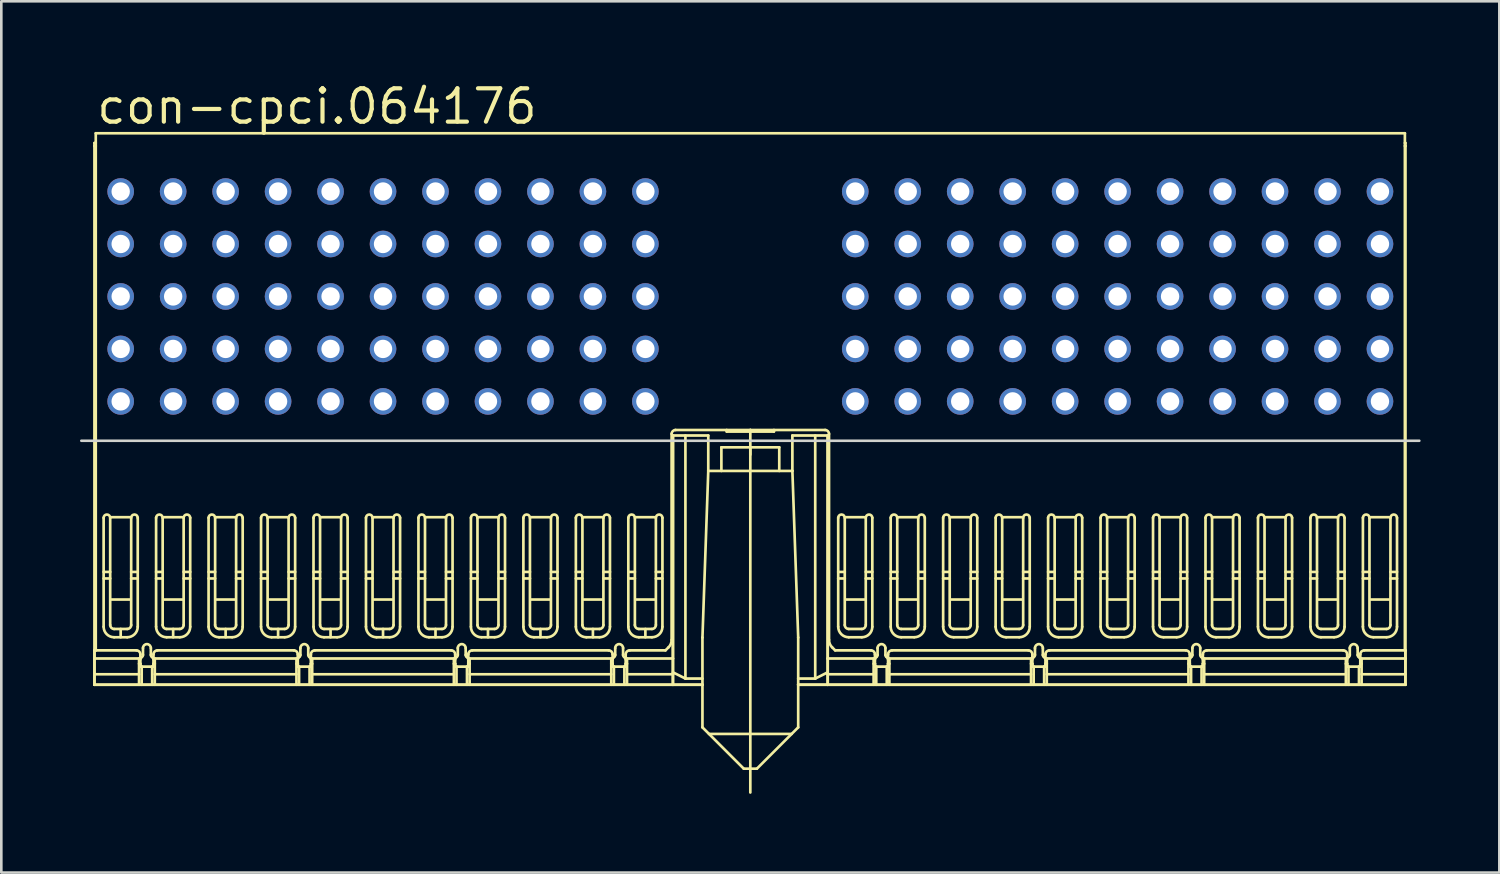
<source format=kicad_pcb>
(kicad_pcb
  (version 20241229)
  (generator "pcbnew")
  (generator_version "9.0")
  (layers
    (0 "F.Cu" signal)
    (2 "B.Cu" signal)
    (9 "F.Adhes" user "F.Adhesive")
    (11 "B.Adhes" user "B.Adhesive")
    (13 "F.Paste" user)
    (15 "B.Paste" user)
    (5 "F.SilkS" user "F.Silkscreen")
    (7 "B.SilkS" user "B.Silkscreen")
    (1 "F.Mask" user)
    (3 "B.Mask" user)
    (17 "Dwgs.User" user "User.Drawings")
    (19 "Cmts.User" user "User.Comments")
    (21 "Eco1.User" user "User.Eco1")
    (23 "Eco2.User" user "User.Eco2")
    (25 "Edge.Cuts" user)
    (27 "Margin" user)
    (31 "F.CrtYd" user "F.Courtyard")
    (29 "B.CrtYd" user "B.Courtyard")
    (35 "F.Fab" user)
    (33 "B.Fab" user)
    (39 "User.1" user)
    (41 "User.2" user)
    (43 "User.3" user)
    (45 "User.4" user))
  (footprint "con-cpci.064176"
    (layer "F.Cu")
    (at 25.55 12.25)
    (property "Reference" "con-cpci.064176" (at -25 -10.5 0) (layer "F.SilkS") (effects (font (size 1.27 1.27) (thickness 0.16)) (justify left bottom)))
    (attr through_hole)
    (fp_line (start -25 -9.85) (end -24.95 -9.85) (stroke (width 0.102) (type default)) (layer "F.SilkS"))
    (fp_line (start -25 -9.736) (end -25 -9.85) (stroke (width 0.102) (type default)) (layer "F.SilkS"))
    (fp_line (start -25 -9.736) (end -25 10.8) (stroke (width 0.102) (type default)) (layer "F.SilkS"))
    (fp_line (start -25 9.49) (end -24.95 9.49) (stroke (width 0.102) (type default)) (layer "F.SilkS"))
    (fp_line (start -25 9.8) (end -25 9.49) (stroke (width 0.102) (type default)) (layer "F.SilkS"))
    (fp_line (start -25 9.8) (end -25 10.8) (stroke (width 0.102) (type default)) (layer "F.SilkS"))
    (fp_line (start -25 9.8) (end -23.3 9.8) (stroke (width 0.102) (type default)) (layer "F.SilkS"))
    (fp_line (start -25 10.4) (end -23.3 10.4) (stroke (width 0.102) (type default)) (layer "F.SilkS"))
    (fp_line (start -25 10.8) (end -2.95 10.8) (stroke (width 0.102) (type default)) (layer "F.SilkS"))
    (fp_line (start -25 10.8) (end -1.825 10.8) (stroke (width 0.102) (type default)) (layer "F.SilkS"))
    (fp_line (start -24.95 -10.22) (end 24.95 -10.22) (stroke (width 0.102) (type default)) (layer "F.SilkS"))
    (fp_line (start -24.95 -9.736) (end -25 -9.736) (stroke (width 0.102) (type default)) (layer "F.SilkS"))
    (fp_line (start -24.95 9.49) (end -24.95 -10.22) (stroke (width 0.102) (type default)) (layer "F.SilkS"))
    (fp_line (start -24.65 6.5) (end -24.4 6.5) (stroke (width 0.102) (type default)) (layer "F.SilkS"))
    (fp_line (start -24.65 6.75) (end -24.4 6.75) (stroke (width 0.102) (type default)) (layer "F.SilkS"))
    (fp_line (start -24.65 8.59) (end -24.65 4.437) (stroke (width 0.102) (type default)) (layer "F.SilkS"))
    (fp_line (start -24.4 4.437) (end -24.4 8.524) (stroke (width 0.102) (type default)) (layer "F.SilkS"))
    (fp_line (start -24.25 8.674) (end -23.75 8.674) (stroke (width 0.102) (type default)) (layer "F.SilkS"))
    (fp_line (start -24 8.99) (end -24 8.674) (stroke (width 0.102) (type default)) (layer "F.SilkS"))
    (fp_line (start -23.75 8.99) (end -24.25 8.99) (stroke (width 0.102) (type default)) (layer "F.SilkS"))
    (fp_line (start -23.65 4.415) (end -24.35 4.415) (stroke (width 0.102) (type default)) (layer "F.SilkS"))
    (fp_line (start -23.65 7.552) (end -24.35 7.552) (stroke (width 0.102) (type default)) (layer "F.SilkS"))
    (fp_line (start -23.6 6.5) (end -23.35 6.5) (stroke (width 0.102) (type default)) (layer "F.SilkS"))
    (fp_line (start -23.6 6.75) (end -23.35 6.75) (stroke (width 0.102) (type default)) (layer "F.SilkS"))
    (fp_line (start -23.6 8.524) (end -23.6 4.437) (stroke (width 0.102) (type default)) (layer "F.SilkS"))
    (fp_line (start -23.4 9.49) (end -24.95 9.49) (stroke (width 0.102) (type default)) (layer "F.SilkS"))
    (fp_line (start -23.35 4.437) (end -23.35 8.59) (stroke (width 0.102) (type default)) (layer "F.SilkS"))
    (fp_line (start -23.3 9.8) (end -23.3 10.8) (stroke (width 0.102) (type default)) (layer "F.SilkS"))
    (fp_line (start -23.3 10) (end -23.25 10) (stroke (width 0.102) (type default)) (layer "F.SilkS"))
    (fp_line (start -23.25 9.64) (end -23.25 10.11) (stroke (width 0.102) (type default)) (layer "F.SilkS"))
    (fp_line (start -23.25 10) (end -23.25 10.11) (stroke (width 0.102) (type default)) (layer "F.SilkS"))
    (fp_line (start -23.25 10.11) (end -23.2 10.11) (stroke (width 0.102) (type default)) (layer "F.SilkS"))
    (fp_line (start -23.25 10.11) (end -22.75 10.11) (stroke (width 0.102) (type default)) (layer "F.SilkS"))
    (fp_line (start -23.2 10.11) (end -23.2 10.8) (stroke (width 0.102) (type default)) (layer "F.SilkS"))
    (fp_line (start -23.15 9.402) (end -23.15 9.664) (stroke (width 0.102) (type default)) (layer "F.SilkS"))
    (fp_line (start -22.85 9.664) (end -22.85 9.402) (stroke (width 0.102) (type default)) (layer "F.SilkS"))
    (fp_line (start -22.8 10.11) (end -22.8 10.8) (stroke (width 0.102) (type default)) (layer "F.SilkS"))
    (fp_line (start -22.75 10) (end -22.75 10.11) (stroke (width 0.102) (type default)) (layer "F.SilkS"))
    (fp_line (start -22.75 10.11) (end -22.8 10.11) (stroke (width 0.102) (type default)) (layer "F.SilkS"))
    (fp_line (start -22.75 10.11) (end -22.75 9.64) (stroke (width 0.102) (type default)) (layer "F.SilkS"))
    (fp_line (start -22.7 9.8) (end -22.7 10.8) (stroke (width 0.102) (type default)) (layer "F.SilkS"))
    (fp_line (start -22.7 9.8) (end -17.3 9.8) (stroke (width 0.102) (type default)) (layer "F.SilkS"))
    (fp_line (start -22.7 10) (end -22.75 10) (stroke (width 0.102) (type default)) (layer "F.SilkS"))
    (fp_line (start -22.7 10.4) (end -17.3 10.4) (stroke (width 0.102) (type default)) (layer "F.SilkS"))
    (fp_line (start -22.65 6.5) (end -22.4 6.5) (stroke (width 0.102) (type default)) (layer "F.SilkS"))
    (fp_line (start -22.65 6.75) (end -22.4 6.75) (stroke (width 0.102) (type default)) (layer "F.SilkS"))
    (fp_line (start -22.65 8.59) (end -22.65 4.437) (stroke (width 0.102) (type default)) (layer "F.SilkS"))
    (fp_line (start -22.6 9.49) (end -17.4 9.49) (stroke (width 0.102) (type default)) (layer "F.SilkS"))
    (fp_line (start -22.4 4.437) (end -22.4 8.524) (stroke (width 0.102) (type default)) (layer "F.SilkS"))
    (fp_line (start -22.25 8.674) (end -21.75 8.674) (stroke (width 0.102) (type default)) (layer "F.SilkS"))
    (fp_line (start -22 8.99) (end -22 8.674) (stroke (width 0.102) (type default)) (layer "F.SilkS"))
    (fp_line (start -21.75 8.99) (end -22.25 8.99) (stroke (width 0.102) (type default)) (layer "F.SilkS"))
    (fp_line (start -21.65 4.415) (end -22.35 4.415) (stroke (width 0.102) (type default)) (layer "F.SilkS"))
    (fp_line (start -21.65 7.552) (end -22.35 7.552) (stroke (width 0.102) (type default)) (layer "F.SilkS"))
    (fp_line (start -21.6 6.5) (end -21.35 6.5) (stroke (width 0.102) (type default)) (layer "F.SilkS"))
    (fp_line (start -21.6 6.75) (end -21.35 6.75) (stroke (width 0.102) (type default)) (layer "F.SilkS"))
    (fp_line (start -21.6 8.524) (end -21.6 4.437) (stroke (width 0.102) (type default)) (layer "F.SilkS"))
    (fp_line (start -21.35 4.437) (end -21.35 8.59) (stroke (width 0.102) (type default)) (layer "F.SilkS"))
    (fp_line (start -20.65 6.5) (end -20.4 6.5) (stroke (width 0.102) (type default)) (layer "F.SilkS"))
    (fp_line (start -20.65 6.75) (end -20.4 6.75) (stroke (width 0.102) (type default)) (layer "F.SilkS"))
    (fp_line (start -20.65 8.59) (end -20.65 4.437) (stroke (width 0.102) (type default)) (layer "F.SilkS"))
    (fp_line (start -20.4 4.437) (end -20.4 8.524) (stroke (width 0.102) (type default)) (layer "F.SilkS"))
    (fp_line (start -20.25 8.674) (end -19.75 8.674) (stroke (width 0.102) (type default)) (layer "F.SilkS"))
    (fp_line (start -20 8.99) (end -20 8.674) (stroke (width 0.102) (type default)) (layer "F.SilkS"))
    (fp_line (start -19.75 8.99) (end -20.25 8.99) (stroke (width 0.102) (type default)) (layer "F.SilkS"))
    (fp_line (start -19.65 4.415) (end -20.35 4.415) (stroke (width 0.102) (type default)) (layer "F.SilkS"))
    (fp_line (start -19.65 7.552) (end -20.35 7.552) (stroke (width 0.102) (type default)) (layer "F.SilkS"))
    (fp_line (start -19.6 6.5) (end -19.35 6.5) (stroke (width 0.102) (type default)) (layer "F.SilkS"))
    (fp_line (start -19.6 6.75) (end -19.35 6.75) (stroke (width 0.102) (type default)) (layer "F.SilkS"))
    (fp_line (start -19.6 8.524) (end -19.6 4.437) (stroke (width 0.102) (type default)) (layer "F.SilkS"))
    (fp_line (start -19.35 4.437) (end -19.35 8.59) (stroke (width 0.102) (type default)) (layer "F.SilkS"))
    (fp_line (start -18.65 6.5) (end -18.4 6.5) (stroke (width 0.102) (type default)) (layer "F.SilkS"))
    (fp_line (start -18.65 6.75) (end -18.4 6.75) (stroke (width 0.102) (type default)) (layer "F.SilkS"))
    (fp_line (start -18.65 8.59) (end -18.65 4.437) (stroke (width 0.102) (type default)) (layer "F.SilkS"))
    (fp_line (start -18.4 4.437) (end -18.4 8.524) (stroke (width 0.102) (type default)) (layer "F.SilkS"))
    (fp_line (start -18.25 8.674) (end -17.75 8.674) (stroke (width 0.102) (type default)) (layer "F.SilkS"))
    (fp_line (start -18 8.99) (end -18 8.674) (stroke (width 0.102) (type default)) (layer "F.SilkS"))
    (fp_line (start -17.75 8.99) (end -18.25 8.99) (stroke (width 0.102) (type default)) (layer "F.SilkS"))
    (fp_line (start -17.65 4.415) (end -18.35 4.415) (stroke (width 0.102) (type default)) (layer "F.SilkS"))
    (fp_line (start -17.65 7.552) (end -18.35 7.552) (stroke (width 0.102) (type default)) (layer "F.SilkS"))
    (fp_line (start -17.6 6.5) (end -17.35 6.5) (stroke (width 0.102) (type default)) (layer "F.SilkS"))
    (fp_line (start -17.6 6.75) (end -17.35 6.75) (stroke (width 0.102) (type default)) (layer "F.SilkS"))
    (fp_line (start -17.6 8.524) (end -17.6 4.437) (stroke (width 0.102) (type default)) (layer "F.SilkS"))
    (fp_line (start -17.35 4.437) (end -17.35 8.59) (stroke (width 0.102) (type default)) (layer "F.SilkS"))
    (fp_line (start -17.3 9.8) (end -17.3 10.8) (stroke (width 0.102) (type default)) (layer "F.SilkS"))
    (fp_line (start -17.3 10) (end -17.25 10) (stroke (width 0.102) (type default)) (layer "F.SilkS"))
    (fp_line (start -17.25 9.64) (end -17.25 10.11) (stroke (width 0.102) (type default)) (layer "F.SilkS"))
    (fp_line (start -17.25 10) (end -17.25 10.11) (stroke (width 0.102) (type default)) (layer "F.SilkS"))
    (fp_line (start -17.25 10.11) (end -17.2 10.11) (stroke (width 0.102) (type default)) (layer "F.SilkS"))
    (fp_line (start -17.25 10.11) (end -16.75 10.11) (stroke (width 0.102) (type default)) (layer "F.SilkS"))
    (fp_line (start -17.2 10.11) (end -17.2 10.8) (stroke (width 0.102) (type default)) (layer "F.SilkS"))
    (fp_line (start -17.15 9.402) (end -17.15 9.664) (stroke (width 0.102) (type default)) (layer "F.SilkS"))
    (fp_line (start -16.85 9.664) (end -16.85 9.402) (stroke (width 0.102) (type default)) (layer "F.SilkS"))
    (fp_line (start -16.8 10.11) (end -16.8 10.8) (stroke (width 0.102) (type default)) (layer "F.SilkS"))
    (fp_line (start -16.75 10) (end -16.75 10.11) (stroke (width 0.102) (type default)) (layer "F.SilkS"))
    (fp_line (start -16.75 10.11) (end -16.8 10.11) (stroke (width 0.102) (type default)) (layer "F.SilkS"))
    (fp_line (start -16.75 10.11) (end -16.75 9.64) (stroke (width 0.102) (type default)) (layer "F.SilkS"))
    (fp_line (start -16.7 9.8) (end -16.7 10.8) (stroke (width 0.102) (type default)) (layer "F.SilkS"))
    (fp_line (start -16.7 9.8) (end -11.3 9.8) (stroke (width 0.102) (type default)) (layer "F.SilkS"))
    (fp_line (start -16.7 10) (end -16.75 10) (stroke (width 0.102) (type default)) (layer "F.SilkS"))
    (fp_line (start -16.7 10.4) (end -11.3 10.4) (stroke (width 0.102) (type default)) (layer "F.SilkS"))
    (fp_line (start -16.65 6.5) (end -16.4 6.5) (stroke (width 0.102) (type default)) (layer "F.SilkS"))
    (fp_line (start -16.65 6.75) (end -16.4 6.75) (stroke (width 0.102) (type default)) (layer "F.SilkS"))
    (fp_line (start -16.65 8.59) (end -16.65 4.437) (stroke (width 0.102) (type default)) (layer "F.SilkS"))
    (fp_line (start -16.6 9.49) (end -11.4 9.49) (stroke (width 0.102) (type default)) (layer "F.SilkS"))
    (fp_line (start -16.4 4.437) (end -16.4 8.524) (stroke (width 0.102) (type default)) (layer "F.SilkS"))
    (fp_line (start -16.25 8.674) (end -15.75 8.674) (stroke (width 0.102) (type default)) (layer "F.SilkS"))
    (fp_line (start -16 8.99) (end -16 8.674) (stroke (width 0.102) (type default)) (layer "F.SilkS"))
    (fp_line (start -15.75 8.99) (end -16.25 8.99) (stroke (width 0.102) (type default)) (layer "F.SilkS"))
    (fp_line (start -15.65 4.415) (end -16.35 4.415) (stroke (width 0.102) (type default)) (layer "F.SilkS"))
    (fp_line (start -15.65 7.552) (end -16.35 7.552) (stroke (width 0.102) (type default)) (layer "F.SilkS"))
    (fp_line (start -15.6 6.5) (end -15.35 6.5) (stroke (width 0.102) (type default)) (layer "F.SilkS"))
    (fp_line (start -15.6 6.75) (end -15.35 6.75) (stroke (width 0.102) (type default)) (layer "F.SilkS"))
    (fp_line (start -15.6 8.524) (end -15.6 4.437) (stroke (width 0.102) (type default)) (layer "F.SilkS"))
    (fp_line (start -15.35 4.437) (end -15.35 8.59) (stroke (width 0.102) (type default)) (layer "F.SilkS"))
    (fp_line (start -14.65 6.5) (end -14.4 6.5) (stroke (width 0.102) (type default)) (layer "F.SilkS"))
    (fp_line (start -14.65 6.75) (end -14.4 6.75) (stroke (width 0.102) (type default)) (layer "F.SilkS"))
    (fp_line (start -14.65 8.59) (end -14.65 4.437) (stroke (width 0.102) (type default)) (layer "F.SilkS"))
    (fp_line (start -14.4 4.437) (end -14.4 8.524) (stroke (width 0.102) (type default)) (layer "F.SilkS"))
    (fp_line (start -14.25 8.674) (end -13.75 8.674) (stroke (width 0.102) (type default)) (layer "F.SilkS"))
    (fp_line (start -14 8.99) (end -14 8.674) (stroke (width 0.102) (type default)) (layer "F.SilkS"))
    (fp_line (start -13.75 8.99) (end -14.25 8.99) (stroke (width 0.102) (type default)) (layer "F.SilkS"))
    (fp_line (start -13.65 4.415) (end -14.35 4.415) (stroke (width 0.102) (type default)) (layer "F.SilkS"))
    (fp_line (start -13.65 7.552) (end -14.35 7.552) (stroke (width 0.102) (type default)) (layer "F.SilkS"))
    (fp_line (start -13.6 6.5) (end -13.35 6.5) (stroke (width 0.102) (type default)) (layer "F.SilkS"))
    (fp_line (start -13.6 6.75) (end -13.35 6.75) (stroke (width 0.102) (type default)) (layer "F.SilkS"))
    (fp_line (start -13.6 8.524) (end -13.6 4.437) (stroke (width 0.102) (type default)) (layer "F.SilkS"))
    (fp_line (start -13.35 4.437) (end -13.35 8.59) (stroke (width 0.102) (type default)) (layer "F.SilkS"))
    (fp_line (start -12.65 6.5) (end -12.4 6.5) (stroke (width 0.102) (type default)) (layer "F.SilkS"))
    (fp_line (start -12.65 6.75) (end -12.4 6.75) (stroke (width 0.102) (type default)) (layer "F.SilkS"))
    (fp_line (start -12.65 8.59) (end -12.65 4.437) (stroke (width 0.102) (type default)) (layer "F.SilkS"))
    (fp_line (start -12.4 4.437) (end -12.4 8.524) (stroke (width 0.102) (type default)) (layer "F.SilkS"))
    (fp_line (start -12.25 8.674) (end -11.75 8.674) (stroke (width 0.102) (type default)) (layer "F.SilkS"))
    (fp_line (start -12 8.99) (end -12 8.674) (stroke (width 0.102) (type default)) (layer "F.SilkS"))
    (fp_line (start -11.75 8.99) (end -12.25 8.99) (stroke (width 0.102) (type default)) (layer "F.SilkS"))
    (fp_line (start -11.65 4.415) (end -12.35 4.415) (stroke (width 0.102) (type default)) (layer "F.SilkS"))
    (fp_line (start -11.65 7.552) (end -12.35 7.552) (stroke (width 0.102) (type default)) (layer "F.SilkS"))
    (fp_line (start -11.6 6.5) (end -11.35 6.5) (stroke (width 0.102) (type default)) (layer "F.SilkS"))
    (fp_line (start -11.6 6.75) (end -11.35 6.75) (stroke (width 0.102) (type default)) (layer "F.SilkS"))
    (fp_line (start -11.6 8.524) (end -11.6 4.437) (stroke (width 0.102) (type default)) (layer "F.SilkS"))
    (fp_line (start -11.35 4.437) (end -11.35 8.59) (stroke (width 0.102) (type default)) (layer "F.SilkS"))
    (fp_line (start -11.3 9.8) (end -11.3 10.8) (stroke (width 0.102) (type default)) (layer "F.SilkS"))
    (fp_line (start -11.3 10) (end -11.25 10) (stroke (width 0.102) (type default)) (layer "F.SilkS"))
    (fp_line (start -11.25 9.64) (end -11.25 10.11) (stroke (width 0.102) (type default)) (layer "F.SilkS"))
    (fp_line (start -11.25 10) (end -11.25 10.11) (stroke (width 0.102) (type default)) (layer "F.SilkS"))
    (fp_line (start -11.25 10.11) (end -11.2 10.11) (stroke (width 0.102) (type default)) (layer "F.SilkS"))
    (fp_line (start -11.25 10.11) (end -10.75 10.11) (stroke (width 0.102) (type default)) (layer "F.SilkS"))
    (fp_line (start -11.2 10.11) (end -11.2 10.8) (stroke (width 0.102) (type default)) (layer "F.SilkS"))
    (fp_line (start -11.15 9.402) (end -11.15 9.664) (stroke (width 0.102) (type default)) (layer "F.SilkS"))
    (fp_line (start -10.85 9.664) (end -10.85 9.402) (stroke (width 0.102) (type default)) (layer "F.SilkS"))
    (fp_line (start -10.8 10.11) (end -10.8 10.8) (stroke (width 0.102) (type default)) (layer "F.SilkS"))
    (fp_line (start -10.75 10) (end -10.75 10.11) (stroke (width 0.102) (type default)) (layer "F.SilkS"))
    (fp_line (start -10.75 10.11) (end -10.8 10.11) (stroke (width 0.102) (type default)) (layer "F.SilkS"))
    (fp_line (start -10.75 10.11) (end -10.75 9.64) (stroke (width 0.102) (type default)) (layer "F.SilkS"))
    (fp_line (start -10.7 9.8) (end -10.7 10.8) (stroke (width 0.102) (type default)) (layer "F.SilkS"))
    (fp_line (start -10.7 9.8) (end -5.3 9.8) (stroke (width 0.102) (type default)) (layer "F.SilkS"))
    (fp_line (start -10.7 10) (end -10.75 10) (stroke (width 0.102) (type default)) (layer "F.SilkS"))
    (fp_line (start -10.7 10.4) (end -5.3 10.4) (stroke (width 0.102) (type default)) (layer "F.SilkS"))
    (fp_line (start -10.65 6.5) (end -10.4 6.5) (stroke (width 0.102) (type default)) (layer "F.SilkS"))
    (fp_line (start -10.65 6.75) (end -10.4 6.75) (stroke (width 0.102) (type default)) (layer "F.SilkS"))
    (fp_line (start -10.65 8.59) (end -10.65 4.437) (stroke (width 0.102) (type default)) (layer "F.SilkS"))
    (fp_line (start -10.6 9.49) (end -5.4 9.49) (stroke (width 0.102) (type default)) (layer "F.SilkS"))
    (fp_line (start -10.4 4.437) (end -10.4 8.524) (stroke (width 0.102) (type default)) (layer "F.SilkS"))
    (fp_line (start -10.25 8.674) (end -9.75 8.674) (stroke (width 0.102) (type default)) (layer "F.SilkS"))
    (fp_line (start -10 8.99) (end -10 8.674) (stroke (width 0.102) (type default)) (layer "F.SilkS"))
    (fp_line (start -9.75 8.99) (end -10.25 8.99) (stroke (width 0.102) (type default)) (layer "F.SilkS"))
    (fp_line (start -9.65 4.415) (end -10.35 4.415) (stroke (width 0.102) (type default)) (layer "F.SilkS"))
    (fp_line (start -9.65 7.552) (end -10.35 7.552) (stroke (width 0.102) (type default)) (layer "F.SilkS"))
    (fp_line (start -9.6 6.5) (end -9.35 6.5) (stroke (width 0.102) (type default)) (layer "F.SilkS"))
    (fp_line (start -9.6 6.75) (end -9.35 6.75) (stroke (width 0.102) (type default)) (layer "F.SilkS"))
    (fp_line (start -9.6 8.524) (end -9.6 4.437) (stroke (width 0.102) (type default)) (layer "F.SilkS"))
    (fp_line (start -9.35 4.437) (end -9.35 8.59) (stroke (width 0.102) (type default)) (layer "F.SilkS"))
    (fp_line (start -8.65 6.5) (end -8.4 6.5) (stroke (width 0.102) (type default)) (layer "F.SilkS"))
    (fp_line (start -8.65 6.75) (end -8.4 6.75) (stroke (width 0.102) (type default)) (layer "F.SilkS"))
    (fp_line (start -8.65 8.59) (end -8.65 4.437) (stroke (width 0.102) (type default)) (layer "F.SilkS"))
    (fp_line (start -8.4 4.437) (end -8.4 8.524) (stroke (width 0.102) (type default)) (layer "F.SilkS"))
    (fp_line (start -8.25 8.674) (end -7.75 8.674) (stroke (width 0.102) (type default)) (layer "F.SilkS"))
    (fp_line (start -8 8.99) (end -8 8.674) (stroke (width 0.102) (type default)) (layer "F.SilkS"))
    (fp_line (start -7.75 8.99) (end -8.25 8.99) (stroke (width 0.102) (type default)) (layer "F.SilkS"))
    (fp_line (start -7.65 4.415) (end -8.35 4.415) (stroke (width 0.102) (type default)) (layer "F.SilkS"))
    (fp_line (start -7.65 7.552) (end -8.35 7.552) (stroke (width 0.102) (type default)) (layer "F.SilkS"))
    (fp_line (start -7.6 6.5) (end -7.35 6.5) (stroke (width 0.102) (type default)) (layer "F.SilkS"))
    (fp_line (start -7.6 6.75) (end -7.35 6.75) (stroke (width 0.102) (type default)) (layer "F.SilkS"))
    (fp_line (start -7.6 8.524) (end -7.6 4.437) (stroke (width 0.102) (type default)) (layer "F.SilkS"))
    (fp_line (start -7.35 4.437) (end -7.35 8.59) (stroke (width 0.102) (type default)) (layer "F.SilkS"))
    (fp_line (start -6.65 6.5) (end -6.4 6.5) (stroke (width 0.102) (type default)) (layer "F.SilkS"))
    (fp_line (start -6.65 6.75) (end -6.4 6.75) (stroke (width 0.102) (type default)) (layer "F.SilkS"))
    (fp_line (start -6.65 8.59) (end -6.65 4.437) (stroke (width 0.102) (type default)) (layer "F.SilkS"))
    (fp_line (start -6.4 4.437) (end -6.4 8.524) (stroke (width 0.102) (type default)) (layer "F.SilkS"))
    (fp_line (start -6.25 8.674) (end -5.75 8.674) (stroke (width 0.102) (type default)) (layer "F.SilkS"))
    (fp_line (start -6 8.99) (end -6 8.674) (stroke (width 0.102) (type default)) (layer "F.SilkS"))
    (fp_line (start -5.75 8.99) (end -6.25 8.99) (stroke (width 0.102) (type default)) (layer "F.SilkS"))
    (fp_line (start -5.65 4.415) (end -6.35 4.415) (stroke (width 0.102) (type default)) (layer "F.SilkS"))
    (fp_line (start -5.65 7.552) (end -6.35 7.552) (stroke (width 0.102) (type default)) (layer "F.SilkS"))
    (fp_line (start -5.6 6.5) (end -5.35 6.5) (stroke (width 0.102) (type default)) (layer "F.SilkS"))
    (fp_line (start -5.6 6.75) (end -5.35 6.75) (stroke (width 0.102) (type default)) (layer "F.SilkS"))
    (fp_line (start -5.6 8.524) (end -5.6 4.437) (stroke (width 0.102) (type default)) (layer "F.SilkS"))
    (fp_line (start -5.35 4.437) (end -5.35 8.59) (stroke (width 0.102) (type default)) (layer "F.SilkS"))
    (fp_line (start -5.3 9.8) (end -5.3 10.8) (stroke (width 0.102) (type default)) (layer "F.SilkS"))
    (fp_line (start -5.3 10) (end -5.25 10) (stroke (width 0.102) (type default)) (layer "F.SilkS"))
    (fp_line (start -5.25 9.64) (end -5.25 10.11) (stroke (width 0.102) (type default)) (layer "F.SilkS"))
    (fp_line (start -5.25 10) (end -5.25 10.11) (stroke (width 0.102) (type default)) (layer "F.SilkS"))
    (fp_line (start -5.25 10.11) (end -5.2 10.11) (stroke (width 0.102) (type default)) (layer "F.SilkS"))
    (fp_line (start -5.25 10.11) (end -4.75 10.11) (stroke (width 0.102) (type default)) (layer "F.SilkS"))
    (fp_line (start -5.2 10.11) (end -5.2 10.8) (stroke (width 0.102) (type default)) (layer "F.SilkS"))
    (fp_line (start -5.15 9.402) (end -5.15 9.664) (stroke (width 0.102) (type default)) (layer "F.SilkS"))
    (fp_line (start -4.85 9.664) (end -4.85 9.402) (stroke (width 0.102) (type default)) (layer "F.SilkS"))
    (fp_line (start -4.8 10.11) (end -4.8 10.8) (stroke (width 0.102) (type default)) (layer "F.SilkS"))
    (fp_line (start -4.75 10) (end -4.75 10.11) (stroke (width 0.102) (type default)) (layer "F.SilkS"))
    (fp_line (start -4.75 10.11) (end -4.8 10.11) (stroke (width 0.102) (type default)) (layer "F.SilkS"))
    (fp_line (start -4.75 10.11) (end -4.75 9.64) (stroke (width 0.102) (type default)) (layer "F.SilkS"))
    (fp_line (start -4.7 9.8) (end -4.7 10.8) (stroke (width 0.102) (type default)) (layer "F.SilkS"))
    (fp_line (start -4.7 9.8) (end -2.95 9.8) (stroke (width 0.102) (type default)) (layer "F.SilkS"))
    (fp_line (start -4.7 10) (end -4.75 10) (stroke (width 0.102) (type default)) (layer "F.SilkS"))
    (fp_line (start -4.7 10.4) (end -2.95 10.4) (stroke (width 0.102) (type default)) (layer "F.SilkS"))
    (fp_line (start -4.65 6.5) (end -4.4 6.5) (stroke (width 0.102) (type default)) (layer "F.SilkS"))
    (fp_line (start -4.65 6.75) (end -4.4 6.75) (stroke (width 0.102) (type default)) (layer "F.SilkS"))
    (fp_line (start -4.65 8.59) (end -4.65 4.437) (stroke (width 0.102) (type default)) (layer "F.SilkS"))
    (fp_line (start -4.6 9.49) (end -3.234 9.49) (stroke (width 0.102) (type default)) (layer "F.SilkS"))
    (fp_line (start -4.4 4.437) (end -4.4 8.524) (stroke (width 0.102) (type default)) (layer "F.SilkS"))
    (fp_line (start -4.25 8.674) (end -3.75 8.674) (stroke (width 0.102) (type default)) (layer "F.SilkS"))
    (fp_line (start -4 8.99) (end -4 8.674) (stroke (width 0.102) (type default)) (layer "F.SilkS"))
    (fp_line (start -3.75 8.99) (end -4.25 8.99) (stroke (width 0.102) (type default)) (layer "F.SilkS"))
    (fp_line (start -3.65 4.415) (end -4.35 4.415) (stroke (width 0.102) (type default)) (layer "F.SilkS"))
    (fp_line (start -3.65 7.552) (end -4.35 7.552) (stroke (width 0.102) (type default)) (layer "F.SilkS"))
    (fp_line (start -3.6 6.5) (end -3.35 6.5) (stroke (width 0.102) (type default)) (layer "F.SilkS"))
    (fp_line (start -3.6 6.75) (end -3.35 6.75) (stroke (width 0.102) (type default)) (layer "F.SilkS"))
    (fp_line (start -3.6 8.524) (end -3.6 4.437) (stroke (width 0.102) (type default)) (layer "F.SilkS"))
    (fp_line (start -3.35 4.437) (end -3.35 8.59) (stroke (width 0.102) (type default)) (layer "F.SilkS"))
    (fp_line (start -3.117 9.373) (end -3.234 9.49) (stroke (width 0.102) (type default)) (layer "F.SilkS"))
    (fp_line (start -3 9.09) (end -3 1.24) (stroke (width 0.102) (type default)) (layer "F.SilkS"))
    (fp_line (start -2.95 1.3) (end -2.95 10.8) (stroke (width 0.102) (type default)) (layer "F.SilkS"))
    (fp_line (start -2.95 1.3) (end -1.603 1.3) (stroke (width 0.102) (type default)) (layer "F.SilkS"))
    (fp_line (start -2.95 9.8) (end -2.95 1.3) (stroke (width 0.102) (type default)) (layer "F.SilkS"))
    (fp_line (start -2.95 9.8) (end -2.95 10.4) (stroke (width 0.102) (type default)) (layer "F.SilkS"))
    (fp_line (start -2.95 10.4) (end -2.95 10.8) (stroke (width 0.102) (type default)) (layer "F.SilkS"))
    (fp_line (start -2.95 10.8) (end -1.825 10.8) (stroke (width 0.102) (type default)) (layer "F.SilkS"))
    (fp_line (start -2.85 1.09) (end 0 1.09) (stroke (width 0.102) (type default)) (layer "F.SilkS"))
    (fp_line (start -2.474 1.3) (end -2.474 10.565) (stroke (width 0.102) (type default)) (layer "F.SilkS"))
    (fp_line (start -2.474 10.565) (end -2.95 10.327) (stroke (width 0.102) (type default)) (layer "F.SilkS"))
    (fp_line (start -2.474 10.565) (end -1.825 10.565) (stroke (width 0.102) (type default)) (layer "F.SilkS"))
    (fp_line (start -1.825 10.8) (end -1.825 9) (stroke (width 0.102) (type default)) (layer "F.SilkS"))
    (fp_line (start -1.825 10.8) (end -1.825 12.425) (stroke (width 0.102) (type default)) (layer "F.SilkS"))
    (fp_line (start -1.825 12.425) (end -0.25 14) (stroke (width 0.102) (type default)) (layer "F.SilkS"))
    (fp_line (start -1.603 1.3) (end -1.603 2.65) (stroke (width 0.102) (type default)) (layer "F.SilkS"))
    (fp_line (start -1.603 2.65) (end -1.825 9) (stroke (width 0.102) (type default)) (layer "F.SilkS"))
    (fp_line (start -1.575 12.675) (end 1.575 12.675) (stroke (width 0.102) (type default)) (layer "F.SilkS"))
    (fp_line (start -1.103 1.75) (end -1.103 2.65) (stroke (width 0.102) (type default)) (layer "F.SilkS"))
    (fp_line (start -0.9 1.09) (end -0.9 1.15) (stroke (width 0.102) (type default)) (layer "F.SilkS"))
    (fp_line (start -0.9 1.15) (end 0.9 1.15) (stroke (width 0.102) (type default)) (layer "F.SilkS"))
    (fp_line (start -0.25 14) (end 0.25 14) (stroke (width 0.102) (type default)) (layer "F.SilkS"))
    (fp_line (start 0 1.09) (end 0 2.03) (stroke (width 0.102) (type default)) (layer "F.SilkS"))
    (fp_line (start 0 1.742) (end 0 14.908) (stroke (width 0.102) (type default)) (layer "F.SilkS"))
    (fp_line (start 0.9 1.15) (end 0.9 1.09) (stroke (width 0.102) (type default)) (layer "F.SilkS"))
    (fp_line (start 1.103 1.75) (end -1.103 1.75) (stroke (width 0.102) (type default)) (layer "F.SilkS"))
    (fp_line (start 1.103 1.75) (end 1.103 2.65) (stroke (width 0.102) (type default)) (layer "F.SilkS"))
    (fp_line (start 1.603 1.3) (end 1.603 2.65) (stroke (width 0.102) (type default)) (layer "F.SilkS"))
    (fp_line (start 1.603 2.65) (end -1.603 2.65) (stroke (width 0.102) (type default)) (layer "F.SilkS"))
    (fp_line (start 1.603 2.65) (end 1.825 9) (stroke (width 0.102) (type default)) (layer "F.SilkS"))
    (fp_line (start 1.825 10.8) (end 1.825 9) (stroke (width 0.102) (type default)) (layer "F.SilkS"))
    (fp_line (start 1.825 10.8) (end 1.825 12.425) (stroke (width 0.102) (type default)) (layer "F.SilkS"))
    (fp_line (start 1.825 10.8) (end 24.97 10.8) (stroke (width 0.102) (type default)) (layer "F.SilkS"))
    (fp_line (start 1.825 12.425) (end 0.25 14) (stroke (width 0.102) (type default)) (layer "F.SilkS"))
    (fp_line (start 2.474 1.3) (end 2.474 10.565) (stroke (width 0.102) (type default)) (layer "F.SilkS"))
    (fp_line (start 2.474 10.565) (end 1.825 10.565) (stroke (width 0.102) (type default)) (layer "F.SilkS"))
    (fp_line (start 2.474 10.565) (end 2.95 10.327) (stroke (width 0.102) (type default)) (layer "F.SilkS"))
    (fp_line (start 2.85 1.09) (end 0 1.09) (stroke (width 0.102) (type default)) (layer "F.SilkS"))
    (fp_line (start 2.95 1.3) (end 1.603 1.3) (stroke (width 0.102) (type default)) (layer "F.SilkS"))
    (fp_line (start 2.95 9.8) (end 2.95 1.3) (stroke (width 0.102) (type default)) (layer "F.SilkS"))
    (fp_line (start 2.95 9.8) (end 2.95 10.4) (stroke (width 0.102) (type default)) (layer "F.SilkS"))
    (fp_line (start 2.95 10.4) (end 2.95 10.8) (stroke (width 0.102) (type default)) (layer "F.SilkS"))
    (fp_line (start 2.95 10.8) (end 1.825 10.8) (stroke (width 0.102) (type default)) (layer "F.SilkS"))
    (fp_line (start 2.95 10.8) (end 2.95 1.3) (stroke (width 0.102) (type default)) (layer "F.SilkS"))
    (fp_line (start 3 9.09) (end 3 1.24) (stroke (width 0.102) (type default)) (layer "F.SilkS"))
    (fp_line (start 3.117 9.373) (end 3.234 9.49) (stroke (width 0.102) (type default)) (layer "F.SilkS"))
    (fp_line (start 3.35 6.5) (end 3.6 6.5) (stroke (width 0.102) (type default)) (layer "F.SilkS"))
    (fp_line (start 3.35 8.59) (end 3.35 4.437) (stroke (width 0.102) (type default)) (layer "F.SilkS"))
    (fp_line (start 3.6 4.437) (end 3.6 8.524) (stroke (width 0.102) (type default)) (layer "F.SilkS"))
    (fp_line (start 3.6 6.75) (end 3.35 6.75) (stroke (width 0.102) (type default)) (layer "F.SilkS"))
    (fp_line (start 3.75 8.674) (end 4.25 8.674) (stroke (width 0.102) (type default)) (layer "F.SilkS"))
    (fp_line (start 4.25 8.99) (end 3.75 8.99) (stroke (width 0.102) (type default)) (layer "F.SilkS"))
    (fp_line (start 4.35 4.415) (end 3.65 4.415) (stroke (width 0.102) (type default)) (layer "F.SilkS"))
    (fp_line (start 4.35 7.552) (end 3.65 7.552) (stroke (width 0.102) (type default)) (layer "F.SilkS"))
    (fp_line (start 4.4 6.5) (end 4.65 6.5) (stroke (width 0.102) (type default)) (layer "F.SilkS"))
    (fp_line (start 4.4 8.524) (end 4.4 4.437) (stroke (width 0.102) (type default)) (layer "F.SilkS"))
    (fp_line (start 4.6 9.49) (end 3.234 9.49) (stroke (width 0.102) (type default)) (layer "F.SilkS"))
    (fp_line (start 4.65 4.437) (end 4.65 8.59) (stroke (width 0.102) (type default)) (layer "F.SilkS"))
    (fp_line (start 4.65 6.75) (end 4.4 6.75) (stroke (width 0.102) (type default)) (layer "F.SilkS"))
    (fp_line (start 4.7 9.8) (end 2.95 9.8) (stroke (width 0.102) (type default)) (layer "F.SilkS"))
    (fp_line (start 4.7 9.8) (end 4.7 10.8) (stroke (width 0.102) (type default)) (layer "F.SilkS"))
    (fp_line (start 4.7 10) (end 4.75 10) (stroke (width 0.102) (type default)) (layer "F.SilkS"))
    (fp_line (start 4.7 10.4) (end 2.95 10.4) (stroke (width 0.102) (type default)) (layer "F.SilkS"))
    (fp_line (start 4.75 9.64) (end 4.75 10.11) (stroke (width 0.102) (type default)) (layer "F.SilkS"))
    (fp_line (start 4.75 10) (end 4.75 10.11) (stroke (width 0.102) (type default)) (layer "F.SilkS"))
    (fp_line (start 4.75 10.11) (end 4.8 10.11) (stroke (width 0.102) (type default)) (layer "F.SilkS"))
    (fp_line (start 4.75 10.11) (end 5.25 10.11) (stroke (width 0.102) (type default)) (layer "F.SilkS"))
    (fp_line (start 4.8 10.11) (end 4.8 10.8) (stroke (width 0.102) (type default)) (layer "F.SilkS"))
    (fp_line (start 4.85 9.402) (end 4.85 9.664) (stroke (width 0.102) (type default)) (layer "F.SilkS"))
    (fp_line (start 5.15 9.664) (end 5.15 9.402) (stroke (width 0.102) (type default)) (layer "F.SilkS"))
    (fp_line (start 5.2 10.11) (end 5.2 10.8) (stroke (width 0.102) (type default)) (layer "F.SilkS"))
    (fp_line (start 5.25 10) (end 5.25 10.11) (stroke (width 0.102) (type default)) (layer "F.SilkS"))
    (fp_line (start 5.25 10.11) (end 5.2 10.11) (stroke (width 0.102) (type default)) (layer "F.SilkS"))
    (fp_line (start 5.25 10.11) (end 5.25 9.64) (stroke (width 0.102) (type default)) (layer "F.SilkS"))
    (fp_line (start 5.3 9.8) (end 5.3 10.8) (stroke (width 0.102) (type default)) (layer "F.SilkS"))
    (fp_line (start 5.3 10) (end 5.25 10) (stroke (width 0.102) (type default)) (layer "F.SilkS"))
    (fp_line (start 5.35 6.5) (end 5.6 6.5) (stroke (width 0.102) (type default)) (layer "F.SilkS"))
    (fp_line (start 5.35 8.59) (end 5.35 4.437) (stroke (width 0.102) (type default)) (layer "F.SilkS"))
    (fp_line (start 5.4 9.49) (end 10.6 9.49) (stroke (width 0.102) (type default)) (layer "F.SilkS"))
    (fp_line (start 5.6 4.437) (end 5.6 8.524) (stroke (width 0.102) (type default)) (layer "F.SilkS"))
    (fp_line (start 5.6 6.75) (end 5.35 6.75) (stroke (width 0.102) (type default)) (layer "F.SilkS"))
    (fp_line (start 5.75 8.674) (end 6.25 8.674) (stroke (width 0.102) (type default)) (layer "F.SilkS"))
    (fp_line (start 6.25 8.99) (end 5.75 8.99) (stroke (width 0.102) (type default)) (layer "F.SilkS"))
    (fp_line (start 6.35 4.415) (end 5.65 4.415) (stroke (width 0.102) (type default)) (layer "F.SilkS"))
    (fp_line (start 6.35 7.552) (end 5.65 7.552) (stroke (width 0.102) (type default)) (layer "F.SilkS"))
    (fp_line (start 6.4 6.5) (end 6.65 6.5) (stroke (width 0.102) (type default)) (layer "F.SilkS"))
    (fp_line (start 6.4 8.524) (end 6.4 4.437) (stroke (width 0.102) (type default)) (layer "F.SilkS"))
    (fp_line (start 6.65 4.437) (end 6.65 8.59) (stroke (width 0.102) (type default)) (layer "F.SilkS"))
    (fp_line (start 6.65 6.75) (end 6.4 6.75) (stroke (width 0.102) (type default)) (layer "F.SilkS"))
    (fp_line (start 7.35 6.5) (end 7.6 6.5) (stroke (width 0.102) (type default)) (layer "F.SilkS"))
    (fp_line (start 7.35 8.59) (end 7.35 4.437) (stroke (width 0.102) (type default)) (layer "F.SilkS"))
    (fp_line (start 7.6 4.437) (end 7.6 8.524) (stroke (width 0.102) (type default)) (layer "F.SilkS"))
    (fp_line (start 7.6 6.75) (end 7.35 6.75) (stroke (width 0.102) (type default)) (layer "F.SilkS"))
    (fp_line (start 7.75 8.674) (end 8.25 8.674) (stroke (width 0.102) (type default)) (layer "F.SilkS"))
    (fp_line (start 8.25 8.99) (end 7.75 8.99) (stroke (width 0.102) (type default)) (layer "F.SilkS"))
    (fp_line (start 8.35 4.415) (end 7.65 4.415) (stroke (width 0.102) (type default)) (layer "F.SilkS"))
    (fp_line (start 8.35 7.552) (end 7.65 7.552) (stroke (width 0.102) (type default)) (layer "F.SilkS"))
    (fp_line (start 8.4 6.5) (end 8.65 6.5) (stroke (width 0.102) (type default)) (layer "F.SilkS"))
    (fp_line (start 8.4 8.524) (end 8.4 4.437) (stroke (width 0.102) (type default)) (layer "F.SilkS"))
    (fp_line (start 8.65 4.437) (end 8.65 8.59) (stroke (width 0.102) (type default)) (layer "F.SilkS"))
    (fp_line (start 8.65 6.75) (end 8.4 6.75) (stroke (width 0.102) (type default)) (layer "F.SilkS"))
    (fp_line (start 9.35 6.5) (end 9.6 6.5) (stroke (width 0.102) (type default)) (layer "F.SilkS"))
    (fp_line (start 9.35 8.59) (end 9.35 4.437) (stroke (width 0.102) (type default)) (layer "F.SilkS"))
    (fp_line (start 9.6 4.437) (end 9.6 8.524) (stroke (width 0.102) (type default)) (layer "F.SilkS"))
    (fp_line (start 9.6 6.75) (end 9.35 6.75) (stroke (width 0.102) (type default)) (layer "F.SilkS"))
    (fp_line (start 9.75 8.674) (end 10.25 8.674) (stroke (width 0.102) (type default)) (layer "F.SilkS"))
    (fp_line (start 10.25 8.99) (end 9.75 8.99) (stroke (width 0.102) (type default)) (layer "F.SilkS"))
    (fp_line (start 10.35 4.415) (end 9.65 4.415) (stroke (width 0.102) (type default)) (layer "F.SilkS"))
    (fp_line (start 10.35 7.552) (end 9.65 7.552) (stroke (width 0.102) (type default)) (layer "F.SilkS"))
    (fp_line (start 10.4 6.5) (end 10.65 6.5) (stroke (width 0.102) (type default)) (layer "F.SilkS"))
    (fp_line (start 10.4 8.524) (end 10.4 4.437) (stroke (width 0.102) (type default)) (layer "F.SilkS"))
    (fp_line (start 10.65 4.437) (end 10.65 8.59) (stroke (width 0.102) (type default)) (layer "F.SilkS"))
    (fp_line (start 10.65 6.75) (end 10.4 6.75) (stroke (width 0.102) (type default)) (layer "F.SilkS"))
    (fp_line (start 10.7 9.8) (end 5.3 9.8) (stroke (width 0.102) (type default)) (layer "F.SilkS"))
    (fp_line (start 10.7 9.8) (end 10.7 10.8) (stroke (width 0.102) (type default)) (layer "F.SilkS"))
    (fp_line (start 10.7 10) (end 10.75 10) (stroke (width 0.102) (type default)) (layer "F.SilkS"))
    (fp_line (start 10.7 10.4) (end 5.3 10.4) (stroke (width 0.102) (type default)) (layer "F.SilkS"))
    (fp_line (start 10.75 9.64) (end 10.75 10.11) (stroke (width 0.102) (type default)) (layer "F.SilkS"))
    (fp_line (start 10.75 10) (end 10.75 10.11) (stroke (width 0.102) (type default)) (layer "F.SilkS"))
    (fp_line (start 10.75 10.11) (end 10.8 10.11) (stroke (width 0.102) (type default)) (layer "F.SilkS"))
    (fp_line (start 10.75 10.11) (end 11.25 10.11) (stroke (width 0.102) (type default)) (layer "F.SilkS"))
    (fp_line (start 10.8 10.11) (end 10.8 10.8) (stroke (width 0.102) (type default)) (layer "F.SilkS"))
    (fp_line (start 10.85 9.402) (end 10.85 9.664) (stroke (width 0.102) (type default)) (layer "F.SilkS"))
    (fp_line (start 11.15 9.664) (end 11.15 9.402) (stroke (width 0.102) (type default)) (layer "F.SilkS"))
    (fp_line (start 11.2 10.11) (end 11.2 10.8) (stroke (width 0.102) (type default)) (layer "F.SilkS"))
    (fp_line (start 11.25 10) (end 11.25 10.11) (stroke (width 0.102) (type default)) (layer "F.SilkS"))
    (fp_line (start 11.25 10.11) (end 11.2 10.11) (stroke (width 0.102) (type default)) (layer "F.SilkS"))
    (fp_line (start 11.25 10.11) (end 11.25 9.64) (stroke (width 0.102) (type default)) (layer "F.SilkS"))
    (fp_line (start 11.3 9.8) (end 11.3 10.8) (stroke (width 0.102) (type default)) (layer "F.SilkS"))
    (fp_line (start 11.3 10) (end 11.25 10) (stroke (width 0.102) (type default)) (layer "F.SilkS"))
    (fp_line (start 11.35 6.5) (end 11.6 6.5) (stroke (width 0.102) (type default)) (layer "F.SilkS"))
    (fp_line (start 11.35 8.59) (end 11.35 4.437) (stroke (width 0.102) (type default)) (layer "F.SilkS"))
    (fp_line (start 11.4 9.49) (end 16.6 9.49) (stroke (width 0.102) (type default)) (layer "F.SilkS"))
    (fp_line (start 11.6 4.437) (end 11.6 8.524) (stroke (width 0.102) (type default)) (layer "F.SilkS"))
    (fp_line (start 11.6 6.75) (end 11.35 6.75) (stroke (width 0.102) (type default)) (layer "F.SilkS"))
    (fp_line (start 11.75 8.674) (end 12.25 8.674) (stroke (width 0.102) (type default)) (layer "F.SilkS"))
    (fp_line (start 12.25 8.99) (end 11.75 8.99) (stroke (width 0.102) (type default)) (layer "F.SilkS"))
    (fp_line (start 12.35 4.415) (end 11.65 4.415) (stroke (width 0.102) (type default)) (layer "F.SilkS"))
    (fp_line (start 12.35 7.552) (end 11.65 7.552) (stroke (width 0.102) (type default)) (layer "F.SilkS"))
    (fp_line (start 12.4 6.5) (end 12.65 6.5) (stroke (width 0.102) (type default)) (layer "F.SilkS"))
    (fp_line (start 12.4 8.524) (end 12.4 4.437) (stroke (width 0.102) (type default)) (layer "F.SilkS"))
    (fp_line (start 12.65 4.437) (end 12.65 8.59) (stroke (width 0.102) (type default)) (layer "F.SilkS"))
    (fp_line (start 12.65 6.75) (end 12.4 6.75) (stroke (width 0.102) (type default)) (layer "F.SilkS"))
    (fp_line (start 13.35 6.5) (end 13.6 6.5) (stroke (width 0.102) (type default)) (layer "F.SilkS"))
    (fp_line (start 13.35 8.59) (end 13.35 4.437) (stroke (width 0.102) (type default)) (layer "F.SilkS"))
    (fp_line (start 13.6 4.437) (end 13.6 8.524) (stroke (width 0.102) (type default)) (layer "F.SilkS"))
    (fp_line (start 13.6 6.75) (end 13.35 6.75) (stroke (width 0.102) (type default)) (layer "F.SilkS"))
    (fp_line (start 13.75 8.674) (end 14.25 8.674) (stroke (width 0.102) (type default)) (layer "F.SilkS"))
    (fp_line (start 14.25 8.99) (end 13.75 8.99) (stroke (width 0.102) (type default)) (layer "F.SilkS"))
    (fp_line (start 14.35 4.415) (end 13.65 4.415) (stroke (width 0.102) (type default)) (layer "F.SilkS"))
    (fp_line (start 14.35 7.552) (end 13.65 7.552) (stroke (width 0.102) (type default)) (layer "F.SilkS"))
    (fp_line (start 14.4 6.5) (end 14.65 6.5) (stroke (width 0.102) (type default)) (layer "F.SilkS"))
    (fp_line (start 14.4 8.524) (end 14.4 4.437) (stroke (width 0.102) (type default)) (layer "F.SilkS"))
    (fp_line (start 14.65 4.437) (end 14.65 8.59) (stroke (width 0.102) (type default)) (layer "F.SilkS"))
    (fp_line (start 14.65 6.75) (end 14.4 6.75) (stroke (width 0.102) (type default)) (layer "F.SilkS"))
    (fp_line (start 15.35 6.5) (end 15.6 6.5) (stroke (width 0.102) (type default)) (layer "F.SilkS"))
    (fp_line (start 15.35 8.59) (end 15.35 4.437) (stroke (width 0.102) (type default)) (layer "F.SilkS"))
    (fp_line (start 15.6 4.437) (end 15.6 8.524) (stroke (width 0.102) (type default)) (layer "F.SilkS"))
    (fp_line (start 15.6 6.75) (end 15.35 6.75) (stroke (width 0.102) (type default)) (layer "F.SilkS"))
    (fp_line (start 15.75 8.674) (end 16.25 8.674) (stroke (width 0.102) (type default)) (layer "F.SilkS"))
    (fp_line (start 16.25 8.99) (end 15.75 8.99) (stroke (width 0.102) (type default)) (layer "F.SilkS"))
    (fp_line (start 16.35 4.415) (end 15.65 4.415) (stroke (width 0.102) (type default)) (layer "F.SilkS"))
    (fp_line (start 16.35 7.552) (end 15.65 7.552) (stroke (width 0.102) (type default)) (layer "F.SilkS"))
    (fp_line (start 16.4 6.5) (end 16.65 6.5) (stroke (width 0.102) (type default)) (layer "F.SilkS"))
    (fp_line (start 16.4 8.524) (end 16.4 4.437) (stroke (width 0.102) (type default)) (layer "F.SilkS"))
    (fp_line (start 16.65 4.437) (end 16.65 8.59) (stroke (width 0.102) (type default)) (layer "F.SilkS"))
    (fp_line (start 16.65 6.75) (end 16.4 6.75) (stroke (width 0.102) (type default)) (layer "F.SilkS"))
    (fp_line (start 16.7 9.8) (end 11.3 9.8) (stroke (width 0.102) (type default)) (layer "F.SilkS"))
    (fp_line (start 16.7 9.8) (end 16.7 10.8) (stroke (width 0.102) (type default)) (layer "F.SilkS"))
    (fp_line (start 16.7 10) (end 16.75 10) (stroke (width 0.102) (type default)) (layer "F.SilkS"))
    (fp_line (start 16.7 10.4) (end 11.3 10.4) (stroke (width 0.102) (type default)) (layer "F.SilkS"))
    (fp_line (start 16.75 9.64) (end 16.75 10.11) (stroke (width 0.102) (type default)) (layer "F.SilkS"))
    (fp_line (start 16.75 10) (end 16.75 10.11) (stroke (width 0.102) (type default)) (layer "F.SilkS"))
    (fp_line (start 16.75 10.11) (end 16.8 10.11) (stroke (width 0.102) (type default)) (layer "F.SilkS"))
    (fp_line (start 16.75 10.11) (end 17.25 10.11) (stroke (width 0.102) (type default)) (layer "F.SilkS"))
    (fp_line (start 16.8 10.11) (end 16.8 10.8) (stroke (width 0.102) (type default)) (layer "F.SilkS"))
    (fp_line (start 16.85 9.402) (end 16.85 9.664) (stroke (width 0.102) (type default)) (layer "F.SilkS"))
    (fp_line (start 17.15 9.664) (end 17.15 9.402) (stroke (width 0.102) (type default)) (layer "F.SilkS"))
    (fp_line (start 17.2 10.11) (end 17.2 10.8) (stroke (width 0.102) (type default)) (layer "F.SilkS"))
    (fp_line (start 17.25 10) (end 17.25 10.11) (stroke (width 0.102) (type default)) (layer "F.SilkS"))
    (fp_line (start 17.25 10.11) (end 17.2 10.11) (stroke (width 0.102) (type default)) (layer "F.SilkS"))
    (fp_line (start 17.25 10.11) (end 17.25 9.64) (stroke (width 0.102) (type default)) (layer "F.SilkS"))
    (fp_line (start 17.3 9.8) (end 17.3 10.8) (stroke (width 0.102) (type default)) (layer "F.SilkS"))
    (fp_line (start 17.3 10) (end 17.25 10) (stroke (width 0.102) (type default)) (layer "F.SilkS"))
    (fp_line (start 17.35 6.5) (end 17.6 6.5) (stroke (width 0.102) (type default)) (layer "F.SilkS"))
    (fp_line (start 17.35 8.59) (end 17.35 4.437) (stroke (width 0.102) (type default)) (layer "F.SilkS"))
    (fp_line (start 17.4 9.49) (end 22.6 9.49) (stroke (width 0.102) (type default)) (layer "F.SilkS"))
    (fp_line (start 17.6 4.437) (end 17.6 8.524) (stroke (width 0.102) (type default)) (layer "F.SilkS"))
    (fp_line (start 17.6 6.75) (end 17.35 6.75) (stroke (width 0.102) (type default)) (layer "F.SilkS"))
    (fp_line (start 17.75 8.674) (end 18.25 8.674) (stroke (width 0.102) (type default)) (layer "F.SilkS"))
    (fp_line (start 18.25 8.99) (end 17.75 8.99) (stroke (width 0.102) (type default)) (layer "F.SilkS"))
    (fp_line (start 18.35 4.415) (end 17.65 4.415) (stroke (width 0.102) (type default)) (layer "F.SilkS"))
    (fp_line (start 18.35 7.552) (end 17.65 7.552) (stroke (width 0.102) (type default)) (layer "F.SilkS"))
    (fp_line (start 18.4 6.5) (end 18.65 6.5) (stroke (width 0.102) (type default)) (layer "F.SilkS"))
    (fp_line (start 18.4 8.524) (end 18.4 4.437) (stroke (width 0.102) (type default)) (layer "F.SilkS"))
    (fp_line (start 18.65 4.437) (end 18.65 8.59) (stroke (width 0.102) (type default)) (layer "F.SilkS"))
    (fp_line (start 18.65 6.75) (end 18.4 6.75) (stroke (width 0.102) (type default)) (layer "F.SilkS"))
    (fp_line (start 19.35 6.5) (end 19.6 6.5) (stroke (width 0.102) (type default)) (layer "F.SilkS"))
    (fp_line (start 19.35 8.59) (end 19.35 4.437) (stroke (width 0.102) (type default)) (layer "F.SilkS"))
    (fp_line (start 19.6 4.437) (end 19.6 8.524) (stroke (width 0.102) (type default)) (layer "F.SilkS"))
    (fp_line (start 19.6 6.75) (end 19.35 6.75) (stroke (width 0.102) (type default)) (layer "F.SilkS"))
    (fp_line (start 19.75 8.674) (end 20.25 8.674) (stroke (width 0.102) (type default)) (layer "F.SilkS"))
    (fp_line (start 20.25 8.99) (end 19.75 8.99) (stroke (width 0.102) (type default)) (layer "F.SilkS"))
    (fp_line (start 20.35 4.415) (end 19.65 4.415) (stroke (width 0.102) (type default)) (layer "F.SilkS"))
    (fp_line (start 20.35 7.552) (end 19.65 7.552) (stroke (width 0.102) (type default)) (layer "F.SilkS"))
    (fp_line (start 20.4 6.5) (end 20.65 6.5) (stroke (width 0.102) (type default)) (layer "F.SilkS"))
    (fp_line (start 20.4 8.524) (end 20.4 4.437) (stroke (width 0.102) (type default)) (layer "F.SilkS"))
    (fp_line (start 20.65 4.437) (end 20.65 8.59) (stroke (width 0.102) (type default)) (layer "F.SilkS"))
    (fp_line (start 20.65 6.75) (end 20.4 6.75) (stroke (width 0.102) (type default)) (layer "F.SilkS"))
    (fp_line (start 21.35 6.5) (end 21.6 6.5) (stroke (width 0.102) (type default)) (layer "F.SilkS"))
    (fp_line (start 21.35 8.59) (end 21.35 4.437) (stroke (width 0.102) (type default)) (layer "F.SilkS"))
    (fp_line (start 21.6 4.437) (end 21.6 8.524) (stroke (width 0.102) (type default)) (layer "F.SilkS"))
    (fp_line (start 21.6 6.75) (end 21.35 6.75) (stroke (width 0.102) (type default)) (layer "F.SilkS"))
    (fp_line (start 21.75 8.674) (end 22.25 8.674) (stroke (width 0.102) (type default)) (layer "F.SilkS"))
    (fp_line (start 22.25 8.99) (end 21.75 8.99) (stroke (width 0.102) (type default)) (layer "F.SilkS"))
    (fp_line (start 22.35 4.415) (end 21.65 4.415) (stroke (width 0.102) (type default)) (layer "F.SilkS"))
    (fp_line (start 22.35 7.552) (end 21.65 7.552) (stroke (width 0.102) (type default)) (layer "F.SilkS"))
    (fp_line (start 22.4 6.5) (end 22.65 6.5) (stroke (width 0.102) (type default)) (layer "F.SilkS"))
    (fp_line (start 22.4 8.524) (end 22.4 4.437) (stroke (width 0.102) (type default)) (layer "F.SilkS"))
    (fp_line (start 22.65 4.437) (end 22.65 8.59) (stroke (width 0.102) (type default)) (layer "F.SilkS"))
    (fp_line (start 22.65 6.75) (end 22.4 6.75) (stroke (width 0.102) (type default)) (layer "F.SilkS"))
    (fp_line (start 22.7 9.8) (end 17.3 9.8) (stroke (width 0.102) (type default)) (layer "F.SilkS"))
    (fp_line (start 22.7 9.8) (end 22.7 10.8) (stroke (width 0.102) (type default)) (layer "F.SilkS"))
    (fp_line (start 22.7 10) (end 22.75 10) (stroke (width 0.102) (type default)) (layer "F.SilkS"))
    (fp_line (start 22.7 10.4) (end 17.3 10.4) (stroke (width 0.102) (type default)) (layer "F.SilkS"))
    (fp_line (start 22.75 9.64) (end 22.75 10.11) (stroke (width 0.102) (type default)) (layer "F.SilkS"))
    (fp_line (start 22.75 10) (end 22.75 10.11) (stroke (width 0.102) (type default)) (layer "F.SilkS"))
    (fp_line (start 22.75 10.11) (end 22.8 10.11) (stroke (width 0.102) (type default)) (layer "F.SilkS"))
    (fp_line (start 22.75 10.11) (end 23.25 10.11) (stroke (width 0.102) (type default)) (layer "F.SilkS"))
    (fp_line (start 22.8 10.11) (end 22.8 10.8) (stroke (width 0.102) (type default)) (layer "F.SilkS"))
    (fp_line (start 22.85 9.402) (end 22.85 9.664) (stroke (width 0.102) (type default)) (layer "F.SilkS"))
    (fp_line (start 23.15 9.664) (end 23.15 9.402) (stroke (width 0.102) (type default)) (layer "F.SilkS"))
    (fp_line (start 23.2 10.11) (end 23.2 10.8) (stroke (width 0.102) (type default)) (layer "F.SilkS"))
    (fp_line (start 23.25 10) (end 23.25 10.11) (stroke (width 0.102) (type default)) (layer "F.SilkS"))
    (fp_line (start 23.25 10.11) (end 23.2 10.11) (stroke (width 0.102) (type default)) (layer "F.SilkS"))
    (fp_line (start 23.25 10.11) (end 23.25 9.64) (stroke (width 0.102) (type default)) (layer "F.SilkS"))
    (fp_line (start 23.3 9.8) (end 23.3 10.8) (stroke (width 0.102) (type default)) (layer "F.SilkS"))
    (fp_line (start 23.3 10) (end 23.25 10) (stroke (width 0.102) (type default)) (layer "F.SilkS"))
    (fp_line (start 23.3 10.4) (end 24.97 10.4) (stroke (width 0.102) (type default)) (layer "F.SilkS"))
    (fp_line (start 23.35 6.5) (end 23.6 6.5) (stroke (width 0.102) (type default)) (layer "F.SilkS"))
    (fp_line (start 23.35 8.59) (end 23.35 4.437) (stroke (width 0.102) (type default)) (layer "F.SilkS"))
    (fp_line (start 23.4 9.49) (end 24.95 9.49) (stroke (width 0.102) (type default)) (layer "F.SilkS"))
    (fp_line (start 23.6 4.437) (end 23.6 8.524) (stroke (width 0.102) (type default)) (layer "F.SilkS"))
    (fp_line (start 23.6 6.75) (end 23.35 6.75) (stroke (width 0.102) (type default)) (layer "F.SilkS"))
    (fp_line (start 23.75 8.674) (end 24.25 8.674) (stroke (width 0.102) (type default)) (layer "F.SilkS"))
    (fp_line (start 24.25 8.99) (end 23.75 8.99) (stroke (width 0.102) (type default)) (layer "F.SilkS"))
    (fp_line (start 24.35 4.415) (end 23.65 4.415) (stroke (width 0.102) (type default)) (layer "F.SilkS"))
    (fp_line (start 24.35 7.552) (end 23.65 7.552) (stroke (width 0.102) (type default)) (layer "F.SilkS"))
    (fp_line (start 24.4 6.5) (end 24.65 6.5) (stroke (width 0.102) (type default)) (layer "F.SilkS"))
    (fp_line (start 24.4 8.524) (end 24.4 4.437) (stroke (width 0.102) (type default)) (layer "F.SilkS"))
    (fp_line (start 24.65 4.437) (end 24.65 8.59) (stroke (width 0.102) (type default)) (layer "F.SilkS"))
    (fp_line (start 24.65 6.75) (end 24.4 6.75) (stroke (width 0.102) (type default)) (layer "F.SilkS"))
    (fp_line (start 24.95 -9.736) (end 24.97 -9.736) (stroke (width 0.102) (type default)) (layer "F.SilkS"))
    (fp_line (start 24.95 9.49) (end 24.95 -10.22) (stroke (width 0.102) (type default)) (layer "F.SilkS"))
    (fp_line (start 24.97 -9.85) (end 24.95 -9.85) (stroke (width 0.102) (type default)) (layer "F.SilkS"))
    (fp_line (start 24.97 -9.736) (end 24.97 -9.85) (stroke (width 0.102) (type default)) (layer "F.SilkS"))
    (fp_line (start 24.97 9.49) (end 24.95 9.49) (stroke (width 0.102) (type default)) (layer "F.SilkS"))
    (fp_line (start 24.97 9.8) (end 23.3 9.8) (stroke (width 0.102) (type default)) (layer "F.SilkS"))
    (fp_line (start 24.97 9.8) (end 24.97 9.49) (stroke (width 0.102) (type default)) (layer "F.SilkS"))
    (fp_line (start 24.97 9.8) (end 24.97 10.8) (stroke (width 0.102) (type default)) (layer "F.SilkS"))
    (fp_line (start 24.97 10.8) (end 2.95 10.8) (stroke (width 0.102) (type default)) (layer "F.SilkS"))
    (fp_line (start 24.97 10.8) (end 24.97 -9.736) (stroke (width 0.102) (type default)) (layer "F.SilkS"))
    (fp_arc (start -24.65 4.4373) (mid -24.525 4.3123) (end -24.4 4.4373) (stroke (width 0.1016) (type default)) (layer "F.SilkS"))
    (fp_arc (start -24.25 8.6743) (mid -24.356066 8.630366) (end -24.4 8.5243) (stroke (width 0.1016) (type default)) (layer "F.SilkS"))
    (fp_arc (start -24.25 8.99) (mid -24.532843 8.872843) (end -24.65 8.59) (stroke (width 0.1016) (type default)) (layer "F.SilkS"))
    (fp_arc (start -23.6 4.4373) (mid -23.475 4.3123) (end -23.35 4.4373) (stroke (width 0.1016) (type default)) (layer "F.SilkS"))
    (fp_arc (start -23.6 8.5243) (mid -23.643934 8.630366) (end -23.75 8.6743) (stroke (width 0.1016) (type default)) (layer "F.SilkS"))
    (fp_arc (start -23.4 9.49) (mid -23.293934 9.533934) (end -23.25 9.64) (stroke (width 0.1016) (type default)) (layer "F.SilkS"))
    (fp_arc (start -23.35 8.59) (mid -23.467157 8.872843) (end -23.75 8.99) (stroke (width 0.1016) (type default)) (layer "F.SilkS"))
    (fp_arc (start -23.25 9.8375) (mid -23.236602 9.787501) (end -23.2 9.7509) (stroke (width 0.1016) (type default)) (layer "F.SilkS"))
    (fp_arc (start -23.15 9.4022) (mid -23 9.2522) (end -22.85 9.4022) (stroke (width 0.1016) (type default)) (layer "F.SilkS"))
    (fp_arc (start -23.15 9.6643) (mid -23.163398 9.714299) (end -23.2 9.7509) (stroke (width 0.1016) (type default)) (layer "F.SilkS"))
    (fp_arc (start -22.8 9.7509) (mid -22.836602 9.714299) (end -22.85 9.6643) (stroke (width 0.1016) (type default)) (layer "F.SilkS"))
    (fp_arc (start -22.8 9.7509) (mid -22.763398 9.787501) (end -22.75 9.8375) (stroke (width 0.1016) (type default)) (layer "F.SilkS"))
    (fp_arc (start -22.75 9.64) (mid -22.706066 9.533934) (end -22.6 9.49) (stroke (width 0.1016) (type default)) (layer "F.SilkS"))
    (fp_arc (start -22.65 4.4373) (mid -22.525 4.3123) (end -22.4 4.4373) (stroke (width 0.1016) (type default)) (layer "F.SilkS"))
    (fp_arc (start -22.25 8.6743) (mid -22.356066 8.630366) (end -22.4 8.5243) (stroke (width 0.1016) (type default)) (layer "F.SilkS"))
    (fp_arc (start -22.25 8.99) (mid -22.532843 8.872843) (end -22.65 8.59) (stroke (width 0.1016) (type default)) (layer "F.SilkS"))
    (fp_arc (start -21.6 4.4373) (mid -21.475 4.3123) (end -21.35 4.4373) (stroke (width 0.1016) (type default)) (layer "F.SilkS"))
    (fp_arc (start -21.6 8.5243) (mid -21.643934 8.630366) (end -21.75 8.6743) (stroke (width 0.1016) (type default)) (layer "F.SilkS"))
    (fp_arc (start -21.35 8.59) (mid -21.467157 8.872843) (end -21.75 8.99) (stroke (width 0.1016) (type default)) (layer "F.SilkS"))
    (fp_arc (start -20.65 4.4373) (mid -20.525 4.3123) (end -20.4 4.4373) (stroke (width 0.1016) (type default)) (layer "F.SilkS"))
    (fp_arc (start -20.25 8.6743) (mid -20.356066 8.630366) (end -20.4 8.5243) (stroke (width 0.1016) (type default)) (layer "F.SilkS"))
    (fp_arc (start -20.25 8.99) (mid -20.532843 8.872843) (end -20.65 8.59) (stroke (width 0.1016) (type default)) (layer "F.SilkS"))
    (fp_arc (start -19.6 4.4373) (mid -19.475 4.3123) (end -19.35 4.4373) (stroke (width 0.1016) (type default)) (layer "F.SilkS"))
    (fp_arc (start -19.6 8.5243) (mid -19.643934 8.630366) (end -19.75 8.6743) (stroke (width 0.1016) (type default)) (layer "F.SilkS"))
    (fp_arc (start -19.35 8.59) (mid -19.467157 8.872843) (end -19.75 8.99) (stroke (width 0.1016) (type default)) (layer "F.SilkS"))
    (fp_arc (start -18.65 4.4373) (mid -18.525 4.3123) (end -18.4 4.4373) (stroke (width 0.1016) (type default)) (layer "F.SilkS"))
    (fp_arc (start -18.25 8.6743) (mid -18.356066 8.630366) (end -18.4 8.5243) (stroke (width 0.1016) (type default)) (layer "F.SilkS"))
    (fp_arc (start -18.25 8.99) (mid -18.532843 8.872843) (end -18.65 8.59) (stroke (width 0.1016) (type default)) (layer "F.SilkS"))
    (fp_arc (start -17.6 4.4373) (mid -17.475 4.3123) (end -17.35 4.4373) (stroke (width 0.1016) (type default)) (layer "F.SilkS"))
    (fp_arc (start -17.6 8.5243) (mid -17.643934 8.630366) (end -17.75 8.6743) (stroke (width 0.1016) (type default)) (layer "F.SilkS"))
    (fp_arc (start -17.4 9.49) (mid -17.293934 9.533934) (end -17.25 9.64) (stroke (width 0.1016) (type default)) (layer "F.SilkS"))
    (fp_arc (start -17.35 8.59) (mid -17.467157 8.872843) (end -17.75 8.99) (stroke (width 0.1016) (type default)) (layer "F.SilkS"))
    (fp_arc (start -17.25 9.8375) (mid -17.236602 9.787501) (end -17.2 9.7509) (stroke (width 0.1016) (type default)) (layer "F.SilkS"))
    (fp_arc (start -17.15 9.4022) (mid -17 9.2522) (end -16.85 9.4022) (stroke (width 0.1016) (type default)) (layer "F.SilkS"))
    (fp_arc (start -17.15 9.6643) (mid -17.163398 9.714299) (end -17.2 9.7509) (stroke (width 0.1016) (type default)) (layer "F.SilkS"))
    (fp_arc (start -16.8 9.7509) (mid -16.836602 9.714299) (end -16.85 9.6643) (stroke (width 0.1016) (type default)) (layer "F.SilkS"))
    (fp_arc (start -16.8 9.7509) (mid -16.763398 9.787501) (end -16.75 9.8375) (stroke (width 0.1016) (type default)) (layer "F.SilkS"))
    (fp_arc (start -16.75 9.64) (mid -16.706066 9.533934) (end -16.6 9.49) (stroke (width 0.1016) (type default)) (layer "F.SilkS"))
    (fp_arc (start -16.65 4.4373) (mid -16.525 4.3123) (end -16.4 4.4373) (stroke (width 0.1016) (type default)) (layer "F.SilkS"))
    (fp_arc (start -16.25 8.6743) (mid -16.356066 8.630366) (end -16.4 8.5243) (stroke (width 0.1016) (type default)) (layer "F.SilkS"))
    (fp_arc (start -16.25 8.99) (mid -16.532843 8.872843) (end -16.65 8.59) (stroke (width 0.1016) (type default)) (layer "F.SilkS"))
    (fp_arc (start -15.6 4.4373) (mid -15.475 4.3123) (end -15.35 4.4373) (stroke (width 0.1016) (type default)) (layer "F.SilkS"))
    (fp_arc (start -15.6 8.5243) (mid -15.643934 8.630366) (end -15.75 8.6743) (stroke (width 0.1016) (type default)) (layer "F.SilkS"))
    (fp_arc (start -15.35 8.59) (mid -15.467157 8.872843) (end -15.75 8.99) (stroke (width 0.1016) (type default)) (layer "F.SilkS"))
    (fp_arc (start -14.65 4.4373) (mid -14.525 4.3123) (end -14.4 4.4373) (stroke (width 0.1016) (type default)) (layer "F.SilkS"))
    (fp_arc (start -14.25 8.6743) (mid -14.356066 8.630366) (end -14.4 8.5243) (stroke (width 0.1016) (type default)) (layer "F.SilkS"))
    (fp_arc (start -14.25 8.99) (mid -14.532843 8.872843) (end -14.65 8.59) (stroke (width 0.1016) (type default)) (layer "F.SilkS"))
    (fp_arc (start -13.6 4.4373) (mid -13.475 4.3123) (end -13.35 4.4373) (stroke (width 0.1016) (type default)) (layer "F.SilkS"))
    (fp_arc (start -13.6 8.5243) (mid -13.643934 8.630366) (end -13.75 8.6743) (stroke (width 0.1016) (type default)) (layer "F.SilkS"))
    (fp_arc (start -13.35 8.59) (mid -13.467157 8.872843) (end -13.75 8.99) (stroke (width 0.1016) (type default)) (layer "F.SilkS"))
    (fp_arc (start -12.65 4.4373) (mid -12.525 4.3123) (end -12.4 4.4373) (stroke (width 0.1016) (type default)) (layer "F.SilkS"))
    (fp_arc (start -12.25 8.6743) (mid -12.356066 8.630366) (end -12.4 8.5243) (stroke (width 0.1016) (type default)) (layer "F.SilkS"))
    (fp_arc (start -12.25 8.99) (mid -12.532843 8.872843) (end -12.65 8.59) (stroke (width 0.1016) (type default)) (layer "F.SilkS"))
    (fp_arc (start -11.6 4.4373) (mid -11.475 4.3123) (end -11.35 4.4373) (stroke (width 0.1016) (type default)) (layer "F.SilkS"))
    (fp_arc (start -11.6 8.5243) (mid -11.643934 8.630366) (end -11.75 8.6743) (stroke (width 0.1016) (type default)) (layer "F.SilkS"))
    (fp_arc (start -11.4 9.49) (mid -11.293934 9.533934) (end -11.25 9.64) (stroke (width 0.1016) (type default)) (layer "F.SilkS"))
    (fp_arc (start -11.35 8.59) (mid -11.467157 8.872843) (end -11.75 8.99) (stroke (width 0.1016) (type default)) (layer "F.SilkS"))
    (fp_arc (start -11.25 9.8375) (mid -11.236602 9.787501) (end -11.2 9.7509) (stroke (width 0.1016) (type default)) (layer "F.SilkS"))
    (fp_arc (start -11.15 9.4022) (mid -11 9.2522) (end -10.85 9.4022) (stroke (width 0.1016) (type default)) (layer "F.SilkS"))
    (fp_arc (start -11.15 9.6643) (mid -11.163398 9.714299) (end -11.2 9.7509) (stroke (width 0.1016) (type default)) (layer "F.SilkS"))
    (fp_arc (start -10.8 9.7509) (mid -10.836602 9.714299) (end -10.85 9.6643) (stroke (width 0.1016) (type default)) (layer "F.SilkS"))
    (fp_arc (start -10.8 9.7509) (mid -10.763398 9.787501) (end -10.75 9.8375) (stroke (width 0.1016) (type default)) (layer "F.SilkS"))
    (fp_arc (start -10.75 9.64) (mid -10.706066 9.533934) (end -10.6 9.49) (stroke (width 0.1016) (type default)) (layer "F.SilkS"))
    (fp_arc (start -10.65 4.4373) (mid -10.525 4.3123) (end -10.4 4.4373) (stroke (width 0.1016) (type default)) (layer "F.SilkS"))
    (fp_arc (start -10.25 8.6743) (mid -10.356066 8.630366) (end -10.4 8.5243) (stroke (width 0.1016) (type default)) (layer "F.SilkS"))
    (fp_arc (start -10.25 8.99) (mid -10.532843 8.872843) (end -10.65 8.59) (stroke (width 0.1016) (type default)) (layer "F.SilkS"))
    (fp_arc (start -9.6 4.4373) (mid -9.475 4.3123) (end -9.35 4.4373) (stroke (width 0.1016) (type default)) (layer "F.SilkS"))
    (fp_arc (start -9.6 8.5243) (mid -9.643934 8.630366) (end -9.75 8.6743) (stroke (width 0.1016) (type default)) (layer "F.SilkS"))
    (fp_arc (start -9.35 8.59) (mid -9.467157 8.872843) (end -9.75 8.99) (stroke (width 0.1016) (type default)) (layer "F.SilkS"))
    (fp_arc (start -8.65 4.4373) (mid -8.525 4.3123) (end -8.4 4.4373) (stroke (width 0.1016) (type default)) (layer "F.SilkS"))
    (fp_arc (start -8.25 8.6743) (mid -8.356066 8.630366) (end -8.4 8.5243) (stroke (width 0.1016) (type default)) (layer "F.SilkS"))
    (fp_arc (start -8.25 8.99) (mid -8.532843 8.872843) (end -8.65 8.59) (stroke (width 0.1016) (type default)) (layer "F.SilkS"))
    (fp_arc (start -7.6 4.4373) (mid -7.475 4.3123) (end -7.35 4.4373) (stroke (width 0.1016) (type default)) (layer "F.SilkS"))
    (fp_arc (start -7.6 8.5243) (mid -7.643934 8.630366) (end -7.75 8.6743) (stroke (width 0.1016) (type default)) (layer "F.SilkS"))
    (fp_arc (start -7.35 8.59) (mid -7.467157 8.872843) (end -7.75 8.99) (stroke (width 0.1016) (type default)) (layer "F.SilkS"))
    (fp_arc (start -6.65 4.4373) (mid -6.525 4.3123) (end -6.4 4.4373) (stroke (width 0.1016) (type default)) (layer "F.SilkS"))
    (fp_arc (start -6.25 8.6743) (mid -6.356066 8.630366) (end -6.4 8.5243) (stroke (width 0.1016) (type default)) (layer "F.SilkS"))
    (fp_arc (start -6.25 8.99) (mid -6.532843 8.872843) (end -6.65 8.59) (stroke (width 0.1016) (type default)) (layer "F.SilkS"))
    (fp_arc (start -5.6 4.4373) (mid -5.475 4.3123) (end -5.35 4.4373) (stroke (width 0.1016) (type default)) (layer "F.SilkS"))
    (fp_arc (start -5.6 8.5243) (mid -5.643934 8.630366) (end -5.75 8.6743) (stroke (width 0.1016) (type default)) (layer "F.SilkS"))
    (fp_arc (start -5.4 9.49) (mid -5.293934 9.533934) (end -5.25 9.64) (stroke (width 0.1016) (type default)) (layer "F.SilkS"))
    (fp_arc (start -5.35 8.59) (mid -5.467157 8.872843) (end -5.75 8.99) (stroke (width 0.1016) (type default)) (layer "F.SilkS"))
    (fp_arc (start -5.25 9.8375) (mid -5.236602 9.787501) (end -5.2 9.7509) (stroke (width 0.1016) (type default)) (layer "F.SilkS"))
    (fp_arc (start -5.15 9.4022) (mid -5 9.2522) (end -4.85 9.4022) (stroke (width 0.1016) (type default)) (layer "F.SilkS"))
    (fp_arc (start -5.15 9.6643) (mid -5.163398 9.714299) (end -5.2 9.7509) (stroke (width 0.1016) (type default)) (layer "F.SilkS"))
    (fp_arc (start -4.8 9.7509) (mid -4.836602 9.714299) (end -4.85 9.6643) (stroke (width 0.1016) (type default)) (layer "F.SilkS"))
    (fp_arc (start -4.8 9.7509) (mid -4.763398 9.787501) (end -4.75 9.8375) (stroke (width 0.1016) (type default)) (layer "F.SilkS"))
    (fp_arc (start -4.75 9.64) (mid -4.706066 9.533934) (end -4.6 9.49) (stroke (width 0.1016) (type default)) (layer "F.SilkS"))
    (fp_arc (start -4.65 4.4373) (mid -4.525 4.3123) (end -4.4 4.4373) (stroke (width 0.1016) (type default)) (layer "F.SilkS"))
    (fp_arc (start -4.25 8.6743) (mid -4.356066 8.630366) (end -4.4 8.5243) (stroke (width 0.1016) (type default)) (layer "F.SilkS"))
    (fp_arc (start -4.25 8.99) (mid -4.532843 8.872843) (end -4.65 8.59) (stroke (width 0.1016) (type default)) (layer "F.SilkS"))
    (fp_arc (start -3.6 4.4373) (mid -3.475 4.3123) (end -3.35 4.4373) (stroke (width 0.1016) (type default)) (layer "F.SilkS"))
    (fp_arc (start -3.6 8.5243) (mid -3.643934 8.630366) (end -3.75 8.6743) (stroke (width 0.1016) (type default)) (layer "F.SilkS"))
    (fp_arc (start -3.35 8.59) (mid -3.467157 8.872843) (end -3.75 8.99) (stroke (width 0.1016) (type default)) (layer "F.SilkS"))
    (fp_arc (start -3 1.24) (mid -2.956066 1.133934) (end -2.85 1.09) (stroke (width 0.1016) (type default)) (layer "F.SilkS"))
    (fp_arc (start -2.9999 9.09) (mid -3.030357 9.243109) (end -3.1171 9.3729) (stroke (width 0.1016) (type default)) (layer "F.SilkS"))
    (fp_arc (start 2.85 1.09) (mid 2.956066 1.133934) (end 3 1.24) (stroke (width 0.1016) (type default)) (layer "F.SilkS"))
    (fp_arc (start 3.1172 9.3728) (mid 3.030476 9.243055) (end 3 9.09) (stroke (width 0.1016) (type default)) (layer "F.SilkS"))
    (fp_arc (start 3.35 4.4373) (mid 3.475 4.3123) (end 3.6 4.4373) (stroke (width 0.1016) (type default)) (layer "F.SilkS"))
    (fp_arc (start 3.75 8.6743) (mid 3.643934 8.630366) (end 3.6 8.5243) (stroke (width 0.1016) (type default)) (layer "F.SilkS"))
    (fp_arc (start 3.75 8.99) (mid 3.467157 8.872843) (end 3.35 8.59) (stroke (width 0.1016) (type default)) (layer "F.SilkS"))
    (fp_arc (start 4.4 4.4373) (mid 4.525 4.3123) (end 4.65 4.4373) (stroke (width 0.1016) (type default)) (layer "F.SilkS"))
    (fp_arc (start 4.4 8.5243) (mid 4.356066 8.630366) (end 4.25 8.6743) (stroke (width 0.1016) (type default)) (layer "F.SilkS"))
    (fp_arc (start 4.6 9.49) (mid 4.706066 9.533934) (end 4.75 9.64) (stroke (width 0.1016) (type default)) (layer "F.SilkS"))
    (fp_arc (start 4.65 8.59) (mid 4.532843 8.872843) (end 4.25 8.99) (stroke (width 0.1016) (type default)) (layer "F.SilkS"))
    (fp_arc (start 4.75 9.8375) (mid 4.763398 9.787501) (end 4.8 9.7509) (stroke (width 0.1016) (type default)) (layer "F.SilkS"))
    (fp_arc (start 4.85 9.4022) (mid 5 9.2522) (end 5.15 9.4022) (stroke (width 0.1016) (type default)) (layer "F.SilkS"))
    (fp_arc (start 4.85 9.6643) (mid 4.836602 9.714299) (end 4.8 9.7509) (stroke (width 0.1016) (type default)) (layer "F.SilkS"))
    (fp_arc (start 5.2 9.7509) (mid 5.163398 9.714299) (end 5.15 9.6643) (stroke (width 0.1016) (type default)) (layer "F.SilkS"))
    (fp_arc (start 5.2 9.7509) (mid 5.236602 9.787501) (end 5.25 9.8375) (stroke (width 0.1016) (type default)) (layer "F.SilkS"))
    (fp_arc (start 5.25 9.64) (mid 5.293934 9.533934) (end 5.4 9.49) (stroke (width 0.1016) (type default)) (layer "F.SilkS"))
    (fp_arc (start 5.35 4.4373) (mid 5.475 4.3123) (end 5.6 4.4373) (stroke (width 0.1016) (type default)) (layer "F.SilkS"))
    (fp_arc (start 5.75 8.6743) (mid 5.643934 8.630366) (end 5.6 8.5243) (stroke (width 0.1016) (type default)) (layer "F.SilkS"))
    (fp_arc (start 5.75 8.99) (mid 5.467157 8.872843) (end 5.35 8.59) (stroke (width 0.1016) (type default)) (layer "F.SilkS"))
    (fp_arc (start 6.4 4.4373) (mid 6.525 4.3123) (end 6.65 4.4373) (stroke (width 0.1016) (type default)) (layer "F.SilkS"))
    (fp_arc (start 6.4 8.5243) (mid 6.356066 8.630366) (end 6.25 8.6743) (stroke (width 0.1016) (type default)) (layer "F.SilkS"))
    (fp_arc (start 6.65 8.59) (mid 6.532843 8.872843) (end 6.25 8.99) (stroke (width 0.1016) (type default)) (layer "F.SilkS"))
    (fp_arc (start 7.35 4.4373) (mid 7.475 4.3123) (end 7.6 4.4373) (stroke (width 0.1016) (type default)) (layer "F.SilkS"))
    (fp_arc (start 7.75 8.6743) (mid 7.643934 8.630366) (end 7.6 8.5243) (stroke (width 0.1016) (type default)) (layer "F.SilkS"))
    (fp_arc (start 7.75 8.99) (mid 7.467157 8.872843) (end 7.35 8.59) (stroke (width 0.1016) (type default)) (layer "F.SilkS"))
    (fp_arc (start 8.4 4.4373) (mid 8.525 4.3123) (end 8.65 4.4373) (stroke (width 0.1016) (type default)) (layer "F.SilkS"))
    (fp_arc (start 8.4 8.5243) (mid 8.356066 8.630366) (end 8.25 8.6743) (stroke (width 0.1016) (type default)) (layer "F.SilkS"))
    (fp_arc (start 8.65 8.59) (mid 8.532843 8.872843) (end 8.25 8.99) (stroke (width 0.1016) (type default)) (layer "F.SilkS"))
    (fp_arc (start 9.35 4.4373) (mid 9.475 4.3123) (end 9.6 4.4373) (stroke (width 0.1016) (type default)) (layer "F.SilkS"))
    (fp_arc (start 9.75 8.6743) (mid 9.643934 8.630366) (end 9.6 8.5243) (stroke (width 0.1016) (type default)) (layer "F.SilkS"))
    (fp_arc (start 9.75 8.99) (mid 9.467157 8.872843) (end 9.35 8.59) (stroke (width 0.1016) (type default)) (layer "F.SilkS"))
    (fp_arc (start 10.4 4.4373) (mid 10.525 4.3123) (end 10.65 4.4373) (stroke (width 0.1016) (type default)) (layer "F.SilkS"))
    (fp_arc (start 10.4 8.5243) (mid 10.356066 8.630366) (end 10.25 8.6743) (stroke (width 0.1016) (type default)) (layer "F.SilkS"))
    (fp_arc (start 10.6 9.49) (mid 10.706066 9.533934) (end 10.75 9.64) (stroke (width 0.1016) (type default)) (layer "F.SilkS"))
    (fp_arc (start 10.65 8.59) (mid 10.532843 8.872843) (end 10.25 8.99) (stroke (width 0.1016) (type default)) (layer "F.SilkS"))
    (fp_arc (start 10.75 9.8375) (mid 10.763398 9.787501) (end 10.8 9.7509) (stroke (width 0.1016) (type default)) (layer "F.SilkS"))
    (fp_arc (start 10.85 9.4022) (mid 11 9.2522) (end 11.15 9.4022) (stroke (width 0.1016) (type default)) (layer "F.SilkS"))
    (fp_arc (start 10.85 9.6643) (mid 10.836602 9.714299) (end 10.8 9.7509) (stroke (width 0.1016) (type default)) (layer "F.SilkS"))
    (fp_arc (start 11.2 9.7509) (mid 11.163398 9.714299) (end 11.15 9.6643) (stroke (width 0.1016) (type default)) (layer "F.SilkS"))
    (fp_arc (start 11.2 9.7509) (mid 11.236602 9.787501) (end 11.25 9.8375) (stroke (width 0.1016) (type default)) (layer "F.SilkS"))
    (fp_arc (start 11.25 9.64) (mid 11.293934 9.533934) (end 11.4 9.49) (stroke (width 0.1016) (type default)) (layer "F.SilkS"))
    (fp_arc (start 11.35 4.4373) (mid 11.475 4.3123) (end 11.6 4.4373) (stroke (width 0.1016) (type default)) (layer "F.SilkS"))
    (fp_arc (start 11.75 8.6743) (mid 11.643934 8.630366) (end 11.6 8.5243) (stroke (width 0.1016) (type default)) (layer "F.SilkS"))
    (fp_arc (start 11.75 8.99) (mid 11.467157 8.872843) (end 11.35 8.59) (stroke (width 0.1016) (type default)) (layer "F.SilkS"))
    (fp_arc (start 12.4 4.4373) (mid 12.525 4.3123) (end 12.65 4.4373) (stroke (width 0.1016) (type default)) (layer "F.SilkS"))
    (fp_arc (start 12.4 8.5243) (mid 12.356066 8.630366) (end 12.25 8.6743) (stroke (width 0.1016) (type default)) (layer "F.SilkS"))
    (fp_arc (start 12.65 8.59) (mid 12.532843 8.872843) (end 12.25 8.99) (stroke (width 0.1016) (type default)) (layer "F.SilkS"))
    (fp_arc (start 13.35 4.4373) (mid 13.475 4.3123) (end 13.6 4.4373) (stroke (width 0.1016) (type default)) (layer "F.SilkS"))
    (fp_arc (start 13.75 8.6743) (mid 13.643934 8.630366) (end 13.6 8.5243) (stroke (width 0.1016) (type default)) (layer "F.SilkS"))
    (fp_arc (start 13.75 8.99) (mid 13.467157 8.872843) (end 13.35 8.59) (stroke (width 0.1016) (type default)) (layer "F.SilkS"))
    (fp_arc (start 14.4 4.4373) (mid 14.525 4.3123) (end 14.65 4.4373) (stroke (width 0.1016) (type default)) (layer "F.SilkS"))
    (fp_arc (start 14.4 8.5243) (mid 14.356066 8.630366) (end 14.25 8.6743) (stroke (width 0.1016) (type default)) (layer "F.SilkS"))
    (fp_arc (start 14.65 8.59) (mid 14.532843 8.872843) (end 14.25 8.99) (stroke (width 0.1016) (type default)) (layer "F.SilkS"))
    (fp_arc (start 15.35 4.4373) (mid 15.475 4.3123) (end 15.6 4.4373) (stroke (width 0.1016) (type default)) (layer "F.SilkS"))
    (fp_arc (start 15.75 8.6743) (mid 15.643934 8.630366) (end 15.6 8.5243) (stroke (width 0.1016) (type default)) (layer "F.SilkS"))
    (fp_arc (start 15.75 8.99) (mid 15.467157 8.872843) (end 15.35 8.59) (stroke (width 0.1016) (type default)) (layer "F.SilkS"))
    (fp_arc (start 16.4 4.4373) (mid 16.525 4.3123) (end 16.65 4.4373) (stroke (width 0.1016) (type default)) (layer "F.SilkS"))
    (fp_arc (start 16.4 8.5243) (mid 16.356066 8.630366) (end 16.25 8.6743) (stroke (width 0.1016) (type default)) (layer "F.SilkS"))
    (fp_arc (start 16.6 9.49) (mid 16.706066 9.533934) (end 16.75 9.64) (stroke (width 0.1016) (type default)) (layer "F.SilkS"))
    (fp_arc (start 16.65 8.59) (mid 16.532843 8.872843) (end 16.25 8.99) (stroke (width 0.1016) (type default)) (layer "F.SilkS"))
    (fp_arc (start 16.75 9.8375) (mid 16.763398 9.787501) (end 16.8 9.7509) (stroke (width 0.1016) (type default)) (layer "F.SilkS"))
    (fp_arc (start 16.85 9.4022) (mid 17 9.2522) (end 17.15 9.4022) (stroke (width 0.1016) (type default)) (layer "F.SilkS"))
    (fp_arc (start 16.85 9.6643) (mid 16.836602 9.714299) (end 16.8 9.7509) (stroke (width 0.1016) (type default)) (layer "F.SilkS"))
    (fp_arc (start 17.2 9.7509) (mid 17.163398 9.714299) (end 17.15 9.6643) (stroke (width 0.1016) (type default)) (layer "F.SilkS"))
    (fp_arc (start 17.2 9.7509) (mid 17.236602 9.787501) (end 17.25 9.8375) (stroke (width 0.1016) (type default)) (layer "F.SilkS"))
    (fp_arc (start 17.25 9.64) (mid 17.293934 9.533934) (end 17.4 9.49) (stroke (width 0.1016) (type default)) (layer "F.SilkS"))
    (fp_arc (start 17.35 4.4373) (mid 17.475 4.3123) (end 17.6 4.4373) (stroke (width 0.1016) (type default)) (layer "F.SilkS"))
    (fp_arc (start 17.75 8.6743) (mid 17.643934 8.630366) (end 17.6 8.5243) (stroke (width 0.1016) (type default)) (layer "F.SilkS"))
    (fp_arc (start 17.75 8.99) (mid 17.467157 8.872843) (end 17.35 8.59) (stroke (width 0.1016) (type default)) (layer "F.SilkS"))
    (fp_arc (start 18.4 4.4373) (mid 18.525 4.3123) (end 18.65 4.4373) (stroke (width 0.1016) (type default)) (layer "F.SilkS"))
    (fp_arc (start 18.4 8.5243) (mid 18.356066 8.630366) (end 18.25 8.6743) (stroke (width 0.1016) (type default)) (layer "F.SilkS"))
    (fp_arc (start 18.65 8.59) (mid 18.532843 8.872843) (end 18.25 8.99) (stroke (width 0.1016) (type default)) (layer "F.SilkS"))
    (fp_arc (start 19.35 4.4373) (mid 19.475 4.3123) (end 19.6 4.4373) (stroke (width 0.1016) (type default)) (layer "F.SilkS"))
    (fp_arc (start 19.75 8.6743) (mid 19.643934 8.630366) (end 19.6 8.5243) (stroke (width 0.1016) (type default)) (layer "F.SilkS"))
    (fp_arc (start 19.75 8.99) (mid 19.467157 8.872843) (end 19.35 8.59) (stroke (width 0.1016) (type default)) (layer "F.SilkS"))
    (fp_arc (start 20.4 4.4373) (mid 20.525 4.3123) (end 20.65 4.4373) (stroke (width 0.1016) (type default)) (layer "F.SilkS"))
    (fp_arc (start 20.4 8.5243) (mid 20.356066 8.630366) (end 20.25 8.6743) (stroke (width 0.1016) (type default)) (layer "F.SilkS"))
    (fp_arc (start 20.65 8.59) (mid 20.532843 8.872843) (end 20.25 8.99) (stroke (width 0.1016) (type default)) (layer "F.SilkS"))
    (fp_arc (start 21.35 4.4373) (mid 21.475 4.3123) (end 21.6 4.4373) (stroke (width 0.1016) (type default)) (layer "F.SilkS"))
    (fp_arc (start 21.75 8.6743) (mid 21.643934 8.630366) (end 21.6 8.5243) (stroke (width 0.1016) (type default)) (layer "F.SilkS"))
    (fp_arc (start 21.75 8.99) (mid 21.467157 8.872843) (end 21.35 8.59) (stroke (width 0.1016) (type default)) (layer "F.SilkS"))
    (fp_arc (start 22.4 4.4373) (mid 22.525 4.3123) (end 22.65 4.4373) (stroke (width 0.1016) (type default)) (layer "F.SilkS"))
    (fp_arc (start 22.4 8.5243) (mid 22.356066 8.630366) (end 22.25 8.6743) (stroke (width 0.1016) (type default)) (layer "F.SilkS"))
    (fp_arc (start 22.6 9.49) (mid 22.706066 9.533934) (end 22.75 9.64) (stroke (width 0.1016) (type default)) (layer "F.SilkS"))
    (fp_arc (start 22.65 8.59) (mid 22.532843 8.872843) (end 22.25 8.99) (stroke (width 0.1016) (type default)) (layer "F.SilkS"))
    (fp_arc (start 22.75 9.8375) (mid 22.763398 9.787501) (end 22.8 9.7509) (stroke (width 0.1016) (type default)) (layer "F.SilkS"))
    (fp_arc (start 22.85 9.4022) (mid 23 9.2522) (end 23.15 9.4022) (stroke (width 0.1016) (type default)) (layer "F.SilkS"))
    (fp_arc (start 22.85 9.6643) (mid 22.836602 9.714299) (end 22.8 9.7509) (stroke (width 0.1016) (type default)) (layer "F.SilkS"))
    (fp_arc (start 23.2 9.7509) (mid 23.163398 9.714299) (end 23.15 9.6643) (stroke (width 0.1016) (type default)) (layer "F.SilkS"))
    (fp_arc (start 23.2 9.7509) (mid 23.236602 9.787501) (end 23.25 9.8375) (stroke (width 0.1016) (type default)) (layer "F.SilkS"))
    (fp_arc (start 23.25 9.64) (mid 23.293934 9.533934) (end 23.4 9.49) (stroke (width 0.1016) (type default)) (layer "F.SilkS"))
    (fp_arc (start 23.35 4.4373) (mid 23.475 4.3123) (end 23.6 4.4373) (stroke (width 0.1016) (type default)) (layer "F.SilkS"))
    (fp_arc (start 23.75 8.6743) (mid 23.643934 8.630366) (end 23.6 8.5243) (stroke (width 0.1016) (type default)) (layer "F.SilkS"))
    (fp_arc (start 23.75 8.99) (mid 23.467157 8.872843) (end 23.35 8.59) (stroke (width 0.1016) (type default)) (layer "F.SilkS"))
    (fp_arc (start 24.4 4.4373) (mid 24.525 4.3123) (end 24.65 4.4373) (stroke (width 0.1016) (type default)) (layer "F.SilkS"))
    (fp_arc (start 24.4 8.5243) (mid 24.356066 8.630366) (end 24.25 8.6743) (stroke (width 0.1016) (type default)) (layer "F.SilkS"))
    (fp_arc (start 24.65 8.59) (mid 24.532843 8.872843) (end 24.25 8.99) (stroke (width 0.1016) (type default)) (layer "F.SilkS"))
    (fp_line (start -25.5 1.5) (end 25.5 1.5) (stroke (width 0.1) (type default)) (layer "Edge.Cuts"))
    (pad "A1" thru_hole circle (at 24 0) (size 1.016 1.016) (drill 0.7) (layers "*.Cu" "*.Mask"))
    (pad "A2" thru_hole circle (at 22 0) (size 1.016 1.016) (drill 0.7) (layers "*.Cu" "*.Mask"))
    (pad "A3" thru_hole circle (at 20 0) (size 1.016 1.016) (drill 0.7) (layers "*.Cu" "*.Mask"))
    (pad "A4" thru_hole circle (at 18 0) (size 1.016 1.016) (drill 0.7) (layers "*.Cu" "*.Mask"))
    (pad "A5" thru_hole circle (at 16 0) (size 1.016 1.016) (drill 0.7) (layers "*.Cu" "*.Mask"))
    (pad "A6" thru_hole circle (at 14 0) (size 1.016 1.016) (drill 0.7) (layers "*.Cu" "*.Mask"))
    (pad "A7" thru_hole circle (at 12 0) (size 1.016 1.016) (drill 0.7) (layers "*.Cu" "*.Mask"))
    (pad "A8" thru_hole circle (at 10 0) (size 1.016 1.016) (drill 0.7) (layers "*.Cu" "*.Mask"))
    (pad "A9" thru_hole circle (at 8 0) (size 1.016 1.016) (drill 0.7) (layers "*.Cu" "*.Mask"))
    (pad "A10" thru_hole circle (at 6 0) (size 1.016 1.016) (drill 0.7) (layers "*.Cu" "*.Mask"))
    (pad "A11" thru_hole circle (at 4 0) (size 1.016 1.016) (drill 0.7) (layers "*.Cu" "*.Mask"))
    (pad "A15" thru_hole circle (at -4 0) (size 1.016 1.016) (drill 0.7) (layers "*.Cu" "*.Mask"))
    (pad "A16" thru_hole circle (at -6 0) (size 1.016 1.016) (drill 0.7) (layers "*.Cu" "*.Mask"))
    (pad "A17" thru_hole circle (at -8 0) (size 1.016 1.016) (drill 0.7) (layers "*.Cu" "*.Mask"))
    (pad "A18" thru_hole circle (at -10 0) (size 1.016 1.016) (drill 0.7) (layers "*.Cu" "*.Mask"))
    (pad "A19" thru_hole circle (at -12 0) (size 1.016 1.016) (drill 0.7) (layers "*.Cu" "*.Mask"))
    (pad "A20" thru_hole circle (at -14 0) (size 1.016 1.016) (drill 0.7) (layers "*.Cu" "*.Mask"))
    (pad "A21" thru_hole circle (at -16 0) (size 1.016 1.016) (drill 0.7) (layers "*.Cu" "*.Mask"))
    (pad "A22" thru_hole circle (at -18 0) (size 1.016 1.016) (drill 0.7) (layers "*.Cu" "*.Mask"))
    (pad "A23" thru_hole circle (at -20 0) (size 1.016 1.016) (drill 0.7) (layers "*.Cu" "*.Mask"))
    (pad "A24" thru_hole circle (at -22 0) (size 1.016 1.016) (drill 0.7) (layers "*.Cu" "*.Mask"))
    (pad "A25" thru_hole circle (at -24 0) (size 1.016 1.016) (drill 0.7) (layers "*.Cu" "*.Mask"))
    (pad "B1" thru_hole circle (at 24 -2) (size 1.016 1.016) (drill 0.7) (layers "*.Cu" "*.Mask"))
    (pad "B2" thru_hole circle (at 22 -2) (size 1.016 1.016) (drill 0.7) (layers "*.Cu" "*.Mask"))
    (pad "B3" thru_hole circle (at 20 -2) (size 1.016 1.016) (drill 0.7) (layers "*.Cu" "*.Mask"))
    (pad "B4" thru_hole circle (at 18 -2) (size 1.016 1.016) (drill 0.7) (layers "*.Cu" "*.Mask"))
    (pad "B5" thru_hole circle (at 16 -2) (size 1.016 1.016) (drill 0.7) (layers "*.Cu" "*.Mask"))
    (pad "B6" thru_hole circle (at 14 -2) (size 1.016 1.016) (drill 0.7) (layers "*.Cu" "*.Mask"))
    (pad "B7" thru_hole circle (at 12 -2) (size 1.016 1.016) (drill 0.7) (layers "*.Cu" "*.Mask"))
    (pad "B8" thru_hole circle (at 10 -2) (size 1.016 1.016) (drill 0.7) (layers "*.Cu" "*.Mask"))
    (pad "B9" thru_hole circle (at 8 -2) (size 1.016 1.016) (drill 0.7) (layers "*.Cu" "*.Mask"))
    (pad "B10" thru_hole circle (at 6 -2) (size 1.016 1.016) (drill 0.7) (layers "*.Cu" "*.Mask"))
    (pad "B11" thru_hole circle (at 4 -2) (size 1.016 1.016) (drill 0.7) (layers "*.Cu" "*.Mask"))
    (pad "B15" thru_hole circle (at -4 -2) (size 1.016 1.016) (drill 0.7) (layers "*.Cu" "*.Mask"))
    (pad "B16" thru_hole circle (at -6 -2) (size 1.016 1.016) (drill 0.7) (layers "*.Cu" "*.Mask"))
    (pad "B17" thru_hole circle (at -8 -2) (size 1.016 1.016) (drill 0.7) (layers "*.Cu" "*.Mask"))
    (pad "B18" thru_hole circle (at -10 -2) (size 1.016 1.016) (drill 0.7) (layers "*.Cu" "*.Mask"))
    (pad "B19" thru_hole circle (at -12 -2) (size 1.016 1.016) (drill 0.7) (layers "*.Cu" "*.Mask"))
    (pad "B20" thru_hole circle (at -14 -2) (size 1.016 1.016) (drill 0.7) (layers "*.Cu" "*.Mask"))
    (pad "B21" thru_hole circle (at -16 -2) (size 1.016 1.016) (drill 0.7) (layers "*.Cu" "*.Mask"))
    (pad "B22" thru_hole circle (at -18 -2) (size 1.016 1.016) (drill 0.7) (layers "*.Cu" "*.Mask"))
    (pad "B23" thru_hole circle (at -20 -2) (size 1.016 1.016) (drill 0.7) (layers "*.Cu" "*.Mask"))
    (pad "B24" thru_hole circle (at -22 -2) (size 1.016 1.016) (drill 0.7) (layers "*.Cu" "*.Mask"))
    (pad "B25" thru_hole circle (at -24 -2) (size 1.016 1.016) (drill 0.7) (layers "*.Cu" "*.Mask"))
    (pad "C1" thru_hole circle (at 24 -4) (size 1.016 1.016) (drill 0.7) (layers "*.Cu" "*.Mask"))
    (pad "C2" thru_hole circle (at 22 -4) (size 1.016 1.016) (drill 0.7) (layers "*.Cu" "*.Mask"))
    (pad "C3" thru_hole circle (at 20 -4) (size 1.016 1.016) (drill 0.7) (layers "*.Cu" "*.Mask"))
    (pad "C4" thru_hole circle (at 18 -4) (size 1.016 1.016) (drill 0.7) (layers "*.Cu" "*.Mask"))
    (pad "C5" thru_hole circle (at 16 -4) (size 1.016 1.016) (drill 0.7) (layers "*.Cu" "*.Mask"))
    (pad "C6" thru_hole circle (at 14 -4) (size 1.016 1.016) (drill 0.7) (layers "*.Cu" "*.Mask"))
    (pad "C7" thru_hole circle (at 12 -4) (size 1.016 1.016) (drill 0.7) (layers "*.Cu" "*.Mask"))
    (pad "C8" thru_hole circle (at 10 -4) (size 1.016 1.016) (drill 0.7) (layers "*.Cu" "*.Mask"))
    (pad "C9" thru_hole circle (at 8 -4) (size 1.016 1.016) (drill 0.7) (layers "*.Cu" "*.Mask"))
    (pad "C10" thru_hole circle (at 6 -4) (size 1.016 1.016) (drill 0.7) (layers "*.Cu" "*.Mask"))
    (pad "C11" thru_hole circle (at 4 -4) (size 1.016 1.016) (drill 0.7) (layers "*.Cu" "*.Mask"))
    (pad "C15" thru_hole circle (at -4 -4) (size 1.016 1.016) (drill 0.7) (layers "*.Cu" "*.Mask"))
    (pad "C16" thru_hole circle (at -6 -4) (size 1.016 1.016) (drill 0.7) (layers "*.Cu" "*.Mask"))
    (pad "C17" thru_hole circle (at -8 -4) (size 1.016 1.016) (drill 0.7) (layers "*.Cu" "*.Mask"))
    (pad "C18" thru_hole circle (at -10 -4) (size 1.016 1.016) (drill 0.7) (layers "*.Cu" "*.Mask"))
    (pad "C19" thru_hole circle (at -12 -4) (size 1.016 1.016) (drill 0.7) (layers "*.Cu" "*.Mask"))
    (pad "C20" thru_hole circle (at -14 -4) (size 1.016 1.016) (drill 0.7) (layers "*.Cu" "*.Mask"))
    (pad "C21" thru_hole circle (at -16 -4) (size 1.016 1.016) (drill 0.7) (layers "*.Cu" "*.Mask"))
    (pad "C22" thru_hole circle (at -18 -4) (size 1.016 1.016) (drill 0.7) (layers "*.Cu" "*.Mask"))
    (pad "C23" thru_hole circle (at -20 -4) (size 1.016 1.016) (drill 0.7) (layers "*.Cu" "*.Mask"))
    (pad "C24" thru_hole circle (at -22 -4) (size 1.016 1.016) (drill 0.7) (layers "*.Cu" "*.Mask"))
    (pad "C25" thru_hole circle (at -24 -4) (size 1.016 1.016) (drill 0.7) (layers "*.Cu" "*.Mask"))
    (pad "D1" thru_hole circle (at 24 -6) (size 1.016 1.016) (drill 0.7) (layers "*.Cu" "*.Mask"))
    (pad "D2" thru_hole circle (at 22 -6) (size 1.016 1.016) (drill 0.7) (layers "*.Cu" "*.Mask"))
    (pad "D3" thru_hole circle (at 20 -6) (size 1.016 1.016) (drill 0.7) (layers "*.Cu" "*.Mask"))
    (pad "D4" thru_hole circle (at 18 -6) (size 1.016 1.016) (drill 0.7) (layers "*.Cu" "*.Mask"))
    (pad "D5" thru_hole circle (at 16 -6) (size 1.016 1.016) (drill 0.7) (layers "*.Cu" "*.Mask"))
    (pad "D6" thru_hole circle (at 14 -6) (size 1.016 1.016) (drill 0.7) (layers "*.Cu" "*.Mask"))
    (pad "D7" thru_hole circle (at 12 -6) (size 1.016 1.016) (drill 0.7) (layers "*.Cu" "*.Mask"))
    (pad "D8" thru_hole circle (at 10 -6) (size 1.016 1.016) (drill 0.7) (layers "*.Cu" "*.Mask"))
    (pad "D9" thru_hole circle (at 8 -6) (size 1.016 1.016) (drill 0.7) (layers "*.Cu" "*.Mask"))
    (pad "D10" thru_hole circle (at 6 -6) (size 1.016 1.016) (drill 0.7) (layers "*.Cu" "*.Mask"))
    (pad "D11" thru_hole circle (at 4 -6) (size 1.016 1.016) (drill 0.7) (layers "*.Cu" "*.Mask"))
    (pad "D15" thru_hole circle (at -4 -6) (size 1.016 1.016) (drill 0.7) (layers "*.Cu" "*.Mask"))
    (pad "D16" thru_hole circle (at -6 -6) (size 1.016 1.016) (drill 0.7) (layers "*.Cu" "*.Mask"))
    (pad "D17" thru_hole circle (at -8 -6) (size 1.016 1.016) (drill 0.7) (layers "*.Cu" "*.Mask"))
    (pad "D18" thru_hole circle (at -10 -6) (size 1.016 1.016) (drill 0.7) (layers "*.Cu" "*.Mask"))
    (pad "D19" thru_hole circle (at -12 -6) (size 1.016 1.016) (drill 0.7) (layers "*.Cu" "*.Mask"))
    (pad "D20" thru_hole circle (at -14 -6) (size 1.016 1.016) (drill 0.7) (layers "*.Cu" "*.Mask"))
    (pad "D21" thru_hole circle (at -16 -6) (size 1.016 1.016) (drill 0.7) (layers "*.Cu" "*.Mask"))
    (pad "D22" thru_hole circle (at -18 -6) (size 1.016 1.016) (drill 0.7) (layers "*.Cu" "*.Mask"))
    (pad "D23" thru_hole circle (at -20 -6) (size 1.016 1.016) (drill 0.7) (layers "*.Cu" "*.Mask"))
    (pad "D24" thru_hole circle (at -22 -6) (size 1.016 1.016) (drill 0.7) (layers "*.Cu" "*.Mask"))
    (pad "D25" thru_hole circle (at -24 -6) (size 1.016 1.016) (drill 0.7) (layers "*.Cu" "*.Mask"))
    (pad "E1" thru_hole circle (at 24 -8) (size 1.016 1.016) (drill 0.7) (layers "*.Cu" "*.Mask"))
    (pad "E2" thru_hole circle (at 22 -8) (size 1.016 1.016) (drill 0.7) (layers "*.Cu" "*.Mask"))
    (pad "E3" thru_hole circle (at 20 -8) (size 1.016 1.016) (drill 0.7) (layers "*.Cu" "*.Mask"))
    (pad "E4" thru_hole circle (at 18 -8) (size 1.016 1.016) (drill 0.7) (layers "*.Cu" "*.Mask"))
    (pad "E5" thru_hole circle (at 16 -8) (size 1.016 1.016) (drill 0.7) (layers "*.Cu" "*.Mask"))
    (pad "E6" thru_hole circle (at 14 -8) (size 1.016 1.016) (drill 0.7) (layers "*.Cu" "*.Mask"))
    (pad "E7" thru_hole circle (at 12 -8) (size 1.016 1.016) (drill 0.7) (layers "*.Cu" "*.Mask"))
    (pad "E8" thru_hole circle (at 10 -8) (size 1.016 1.016) (drill 0.7) (layers "*.Cu" "*.Mask"))
    (pad "E9" thru_hole circle (at 8 -8) (size 1.016 1.016) (drill 0.7) (layers "*.Cu" "*.Mask"))
    (pad "E10" thru_hole circle (at 6 -8) (size 1.016 1.016) (drill 0.7) (layers "*.Cu" "*.Mask"))
    (pad "E11" thru_hole circle (at 4 -8) (size 1.016 1.016) (drill 0.7) (layers "*.Cu" "*.Mask"))
    (pad "E15" thru_hole circle (at -4 -8) (size 1.016 1.016) (drill 0.7) (layers "*.Cu" "*.Mask"))
    (pad "E16" thru_hole circle (at -6 -8) (size 1.016 1.016) (drill 0.7) (layers "*.Cu" "*.Mask"))
    (pad "E17" thru_hole circle (at -8 -8) (size 1.016 1.016) (drill 0.7) (layers "*.Cu" "*.Mask"))
    (pad "E18" thru_hole circle (at -10 -8) (size 1.016 1.016) (drill 0.7) (layers "*.Cu" "*.Mask"))
    (pad "E19" thru_hole circle (at -12 -8) (size 1.016 1.016) (drill 0.7) (layers "*.Cu" "*.Mask"))
    (pad "E20" thru_hole circle (at -14 -8) (size 1.016 1.016) (drill 0.7) (layers "*.Cu" "*.Mask"))
    (pad "E21" thru_hole circle (at -16 -8) (size 1.016 1.016) (drill 0.7) (layers "*.Cu" "*.Mask"))
    (pad "E22" thru_hole circle (at -18 -8) (size 1.016 1.016) (drill 0.7) (layers "*.Cu" "*.Mask"))
    (pad "E23" thru_hole circle (at -20 -8) (size 1.016 1.016) (drill 0.7) (layers "*.Cu" "*.Mask"))
    (pad "E24" thru_hole circle (at -22 -8) (size 1.016 1.016) (drill 0.7) (layers "*.Cu" "*.Mask"))
    (pad "E25" thru_hole circle (at -24 -8) (size 1.016 1.016) (drill 0.7) (layers "*.Cu" "*.Mask")))
  (gr_rect
    (start -3 -3)
    (end 54.1 30.209)
    (stroke (width 0.1) (type default))
    (fill no)
    (layer "Edge.Cuts")))
</source>
